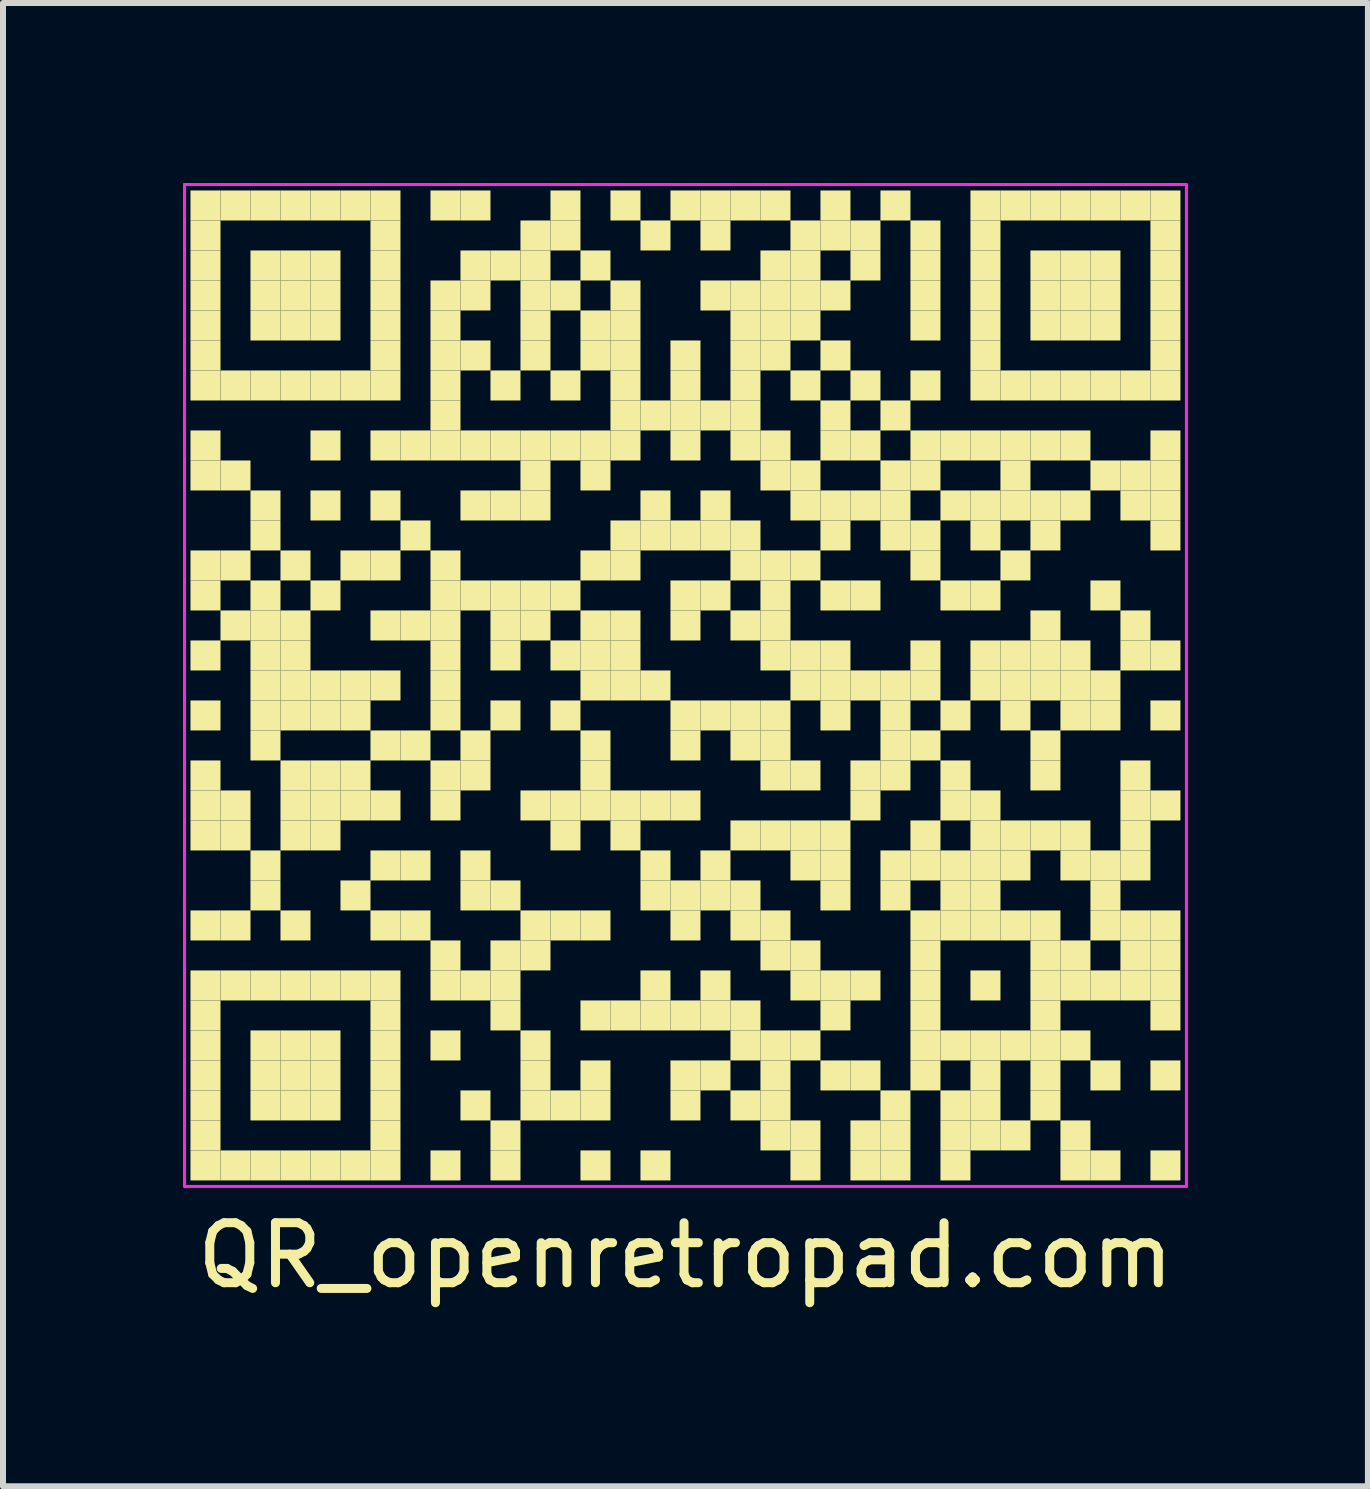
<source format=kicad_pcb>
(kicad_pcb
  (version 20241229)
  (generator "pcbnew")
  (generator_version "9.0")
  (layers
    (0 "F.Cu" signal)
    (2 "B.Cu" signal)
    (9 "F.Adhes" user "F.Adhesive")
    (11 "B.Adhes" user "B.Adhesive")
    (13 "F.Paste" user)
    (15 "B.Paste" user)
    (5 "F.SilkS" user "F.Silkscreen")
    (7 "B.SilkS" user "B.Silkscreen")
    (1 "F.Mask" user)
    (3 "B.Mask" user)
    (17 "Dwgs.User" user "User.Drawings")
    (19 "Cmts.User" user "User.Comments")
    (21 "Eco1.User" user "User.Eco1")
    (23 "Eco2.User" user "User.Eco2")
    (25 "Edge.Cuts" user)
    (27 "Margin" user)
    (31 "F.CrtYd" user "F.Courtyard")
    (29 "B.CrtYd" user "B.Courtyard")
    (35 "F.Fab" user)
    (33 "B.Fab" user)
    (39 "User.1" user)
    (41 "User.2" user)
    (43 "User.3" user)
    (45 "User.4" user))
  (footprint "QR_openretropad.com"
    (layer "F.Cu")
    (at 8.375 8.375)
    (property "Reference" "QR_openretropad.com" (at 0 9.5 0) (layer "F.SilkS") (effects (font (size 1 1) (thickness 0.15))))
    (attr through_hole)
    (fp_poly (pts (xy -7.75 -7.75) (xy -7.75 -8.25) (xy -8.25 -8.25) (xy -8.25 -7.75)) (stroke (width 0) (type solid)) (fill yes) (layer "F.SilkS"))
    (fp_poly (pts (xy -7.75 -7.25) (xy -7.75 -7.75) (xy -8.25 -7.75) (xy -8.25 -7.25)) (stroke (width 0) (type solid)) (fill yes) (layer "F.SilkS"))
    (fp_poly (pts (xy -7.75 -6.75) (xy -7.75 -7.25) (xy -8.25 -7.25) (xy -8.25 -6.75)) (stroke (width 0) (type solid)) (fill yes) (layer "F.SilkS"))
    (fp_poly (pts (xy -7.75 -6.25) (xy -7.75 -6.75) (xy -8.25 -6.75) (xy -8.25 -6.25)) (stroke (width 0) (type solid)) (fill yes) (layer "F.SilkS"))
    (fp_poly (pts (xy -7.75 -5.75) (xy -7.75 -6.25) (xy -8.25 -6.25) (xy -8.25 -5.75)) (stroke (width 0) (type solid)) (fill yes) (layer "F.SilkS"))
    (fp_poly (pts (xy -7.75 -5.25) (xy -7.75 -5.75) (xy -8.25 -5.75) (xy -8.25 -5.25)) (stroke (width 0) (type solid)) (fill yes) (layer "F.SilkS"))
    (fp_poly (pts (xy -7.75 -4.75) (xy -7.75 -5.25) (xy -8.25 -5.25) (xy -8.25 -4.75)) (stroke (width 0) (type solid)) (fill yes) (layer "F.SilkS"))
    (fp_poly (pts (xy -7.75 -3.75) (xy -7.75 -4.25) (xy -8.25 -4.25) (xy -8.25 -3.75)) (stroke (width 0) (type solid)) (fill yes) (layer "F.SilkS"))
    (fp_poly (pts (xy -7.75 -3.25) (xy -7.75 -3.75) (xy -8.25 -3.75) (xy -8.25 -3.25)) (stroke (width 0) (type solid)) (fill yes) (layer "F.SilkS"))
    (fp_poly (pts (xy -7.75 -1.75) (xy -7.75 -2.25) (xy -8.25 -2.25) (xy -8.25 -1.75)) (stroke (width 0) (type solid)) (fill yes) (layer "F.SilkS"))
    (fp_poly (pts (xy -7.75 -1.25) (xy -7.75 -1.75) (xy -8.25 -1.75) (xy -8.25 -1.25)) (stroke (width 0) (type solid)) (fill yes) (layer "F.SilkS"))
    (fp_poly (pts (xy -7.75 -0.25) (xy -7.75 -0.75) (xy -8.25 -0.75) (xy -8.25 -0.25)) (stroke (width 0) (type solid)) (fill yes) (layer "F.SilkS"))
    (fp_poly (pts (xy -7.75 0.75) (xy -7.75 0.25) (xy -8.25 0.25) (xy -8.25 0.75)) (stroke (width 0) (type solid)) (fill yes) (layer "F.SilkS"))
    (fp_poly (pts (xy -7.75 1.75) (xy -7.75 1.25) (xy -8.25 1.25) (xy -8.25 1.75)) (stroke (width 0) (type solid)) (fill yes) (layer "F.SilkS"))
    (fp_poly (pts (xy -7.75 2.25) (xy -7.75 1.75) (xy -8.25 1.75) (xy -8.25 2.25)) (stroke (width 0) (type solid)) (fill yes) (layer "F.SilkS"))
    (fp_poly (pts (xy -7.75 2.75) (xy -7.75 2.25) (xy -8.25 2.25) (xy -8.25 2.75)) (stroke (width 0) (type solid)) (fill yes) (layer "F.SilkS"))
    (fp_poly (pts (xy -7.75 4.25) (xy -7.75 3.75) (xy -8.25 3.75) (xy -8.25 4.25)) (stroke (width 0) (type solid)) (fill yes) (layer "F.SilkS"))
    (fp_poly (pts (xy -7.75 5.25) (xy -7.75 4.75) (xy -8.25 4.75) (xy -8.25 5.25)) (stroke (width 0) (type solid)) (fill yes) (layer "F.SilkS"))
    (fp_poly (pts (xy -7.75 5.75) (xy -7.75 5.25) (xy -8.25 5.25) (xy -8.25 5.75)) (stroke (width 0) (type solid)) (fill yes) (layer "F.SilkS"))
    (fp_poly (pts (xy -7.75 6.25) (xy -7.75 5.75) (xy -8.25 5.75) (xy -8.25 6.25)) (stroke (width 0) (type solid)) (fill yes) (layer "F.SilkS"))
    (fp_poly (pts (xy -7.75 6.75) (xy -7.75 6.25) (xy -8.25 6.25) (xy -8.25 6.75)) (stroke (width 0) (type solid)) (fill yes) (layer "F.SilkS"))
    (fp_poly (pts (xy -7.75 7.25) (xy -7.75 6.75) (xy -8.25 6.75) (xy -8.25 7.25)) (stroke (width 0) (type solid)) (fill yes) (layer "F.SilkS"))
    (fp_poly (pts (xy -7.75 7.75) (xy -7.75 7.25) (xy -8.25 7.25) (xy -8.25 7.75)) (stroke (width 0) (type solid)) (fill yes) (layer "F.SilkS"))
    (fp_poly (pts (xy -7.75 8.25) (xy -7.75 7.75) (xy -8.25 7.75) (xy -8.25 8.25)) (stroke (width 0) (type solid)) (fill yes) (layer "F.SilkS"))
    (fp_poly (pts (xy -7.25 -7.75) (xy -7.25 -8.25) (xy -7.75 -8.25) (xy -7.75 -7.75)) (stroke (width 0) (type solid)) (fill yes) (layer "F.SilkS"))
    (fp_poly (pts (xy -7.25 -4.75) (xy -7.25 -5.25) (xy -7.75 -5.25) (xy -7.75 -4.75)) (stroke (width 0) (type solid)) (fill yes) (layer "F.SilkS"))
    (fp_poly (pts (xy -7.25 -3.25) (xy -7.25 -3.75) (xy -7.75 -3.75) (xy -7.75 -3.25)) (stroke (width 0) (type solid)) (fill yes) (layer "F.SilkS"))
    (fp_poly (pts (xy -7.25 -1.75) (xy -7.25 -2.25) (xy -7.75 -2.25) (xy -7.75 -1.75)) (stroke (width 0) (type solid)) (fill yes) (layer "F.SilkS"))
    (fp_poly (pts (xy -7.25 -0.75) (xy -7.25 -1.25) (xy -7.75 -1.25) (xy -7.75 -0.75)) (stroke (width 0) (type solid)) (fill yes) (layer "F.SilkS"))
    (fp_poly (pts (xy -7.25 2.25) (xy -7.25 1.75) (xy -7.75 1.75) (xy -7.75 2.25)) (stroke (width 0) (type solid)) (fill yes) (layer "F.SilkS"))
    (fp_poly (pts (xy -7.25 2.75) (xy -7.25 2.25) (xy -7.75 2.25) (xy -7.75 2.75)) (stroke (width 0) (type solid)) (fill yes) (layer "F.SilkS"))
    (fp_poly (pts (xy -7.25 4.25) (xy -7.25 3.75) (xy -7.75 3.75) (xy -7.75 4.25)) (stroke (width 0) (type solid)) (fill yes) (layer "F.SilkS"))
    (fp_poly (pts (xy -7.25 5.25) (xy -7.25 4.75) (xy -7.75 4.75) (xy -7.75 5.25)) (stroke (width 0) (type solid)) (fill yes) (layer "F.SilkS"))
    (fp_poly (pts (xy -7.25 8.25) (xy -7.25 7.75) (xy -7.75 7.75) (xy -7.75 8.25)) (stroke (width 0) (type solid)) (fill yes) (layer "F.SilkS"))
    (fp_poly (pts (xy -6.75 -7.75) (xy -6.75 -8.25) (xy -7.25 -8.25) (xy -7.25 -7.75)) (stroke (width 0) (type solid)) (fill yes) (layer "F.SilkS"))
    (fp_poly (pts (xy -6.75 -6.75) (xy -6.75 -7.25) (xy -7.25 -7.25) (xy -7.25 -6.75)) (stroke (width 0) (type solid)) (fill yes) (layer "F.SilkS"))
    (fp_poly (pts (xy -6.75 -6.25) (xy -6.75 -6.75) (xy -7.25 -6.75) (xy -7.25 -6.25)) (stroke (width 0) (type solid)) (fill yes) (layer "F.SilkS"))
    (fp_poly (pts (xy -6.75 -5.75) (xy -6.75 -6.25) (xy -7.25 -6.25) (xy -7.25 -5.75)) (stroke (width 0) (type solid)) (fill yes) (layer "F.SilkS"))
    (fp_poly (pts (xy -6.75 -4.75) (xy -6.75 -5.25) (xy -7.25 -5.25) (xy -7.25 -4.75)) (stroke (width 0) (type solid)) (fill yes) (layer "F.SilkS"))
    (fp_poly (pts (xy -6.75 -2.75) (xy -6.75 -3.25) (xy -7.25 -3.25) (xy -7.25 -2.75)) (stroke (width 0) (type solid)) (fill yes) (layer "F.SilkS"))
    (fp_poly (pts (xy -6.75 -2.25) (xy -6.75 -2.75) (xy -7.25 -2.75) (xy -7.25 -2.25)) (stroke (width 0) (type solid)) (fill yes) (layer "F.SilkS"))
    (fp_poly (pts (xy -6.75 -1.25) (xy -6.75 -1.75) (xy -7.25 -1.75) (xy -7.25 -1.25)) (stroke (width 0) (type solid)) (fill yes) (layer "F.SilkS"))
    (fp_poly (pts (xy -6.75 -0.75) (xy -6.75 -1.25) (xy -7.25 -1.25) (xy -7.25 -0.75)) (stroke (width 0) (type solid)) (fill yes) (layer "F.SilkS"))
    (fp_poly (pts (xy -6.75 -0.25) (xy -6.75 -0.75) (xy -7.25 -0.75) (xy -7.25 -0.25)) (stroke (width 0) (type solid)) (fill yes) (layer "F.SilkS"))
    (fp_poly (pts (xy -6.75 0.25) (xy -6.75 -0.25) (xy -7.25 -0.25) (xy -7.25 0.25)) (stroke (width 0) (type solid)) (fill yes) (layer "F.SilkS"))
    (fp_poly (pts (xy -6.75 0.75) (xy -6.75 0.25) (xy -7.25 0.25) (xy -7.25 0.75)) (stroke (width 0) (type solid)) (fill yes) (layer "F.SilkS"))
    (fp_poly (pts (xy -6.75 1.25) (xy -6.75 0.75) (xy -7.25 0.75) (xy -7.25 1.25)) (stroke (width 0) (type solid)) (fill yes) (layer "F.SilkS"))
    (fp_poly (pts (xy -6.75 3.25) (xy -6.75 2.75) (xy -7.25 2.75) (xy -7.25 3.25)) (stroke (width 0) (type solid)) (fill yes) (layer "F.SilkS"))
    (fp_poly (pts (xy -6.75 3.75) (xy -6.75 3.25) (xy -7.25 3.25) (xy -7.25 3.75)) (stroke (width 0) (type solid)) (fill yes) (layer "F.SilkS"))
    (fp_poly (pts (xy -6.75 5.25) (xy -6.75 4.75) (xy -7.25 4.75) (xy -7.25 5.25)) (stroke (width 0) (type solid)) (fill yes) (layer "F.SilkS"))
    (fp_poly (pts (xy -6.75 6.25) (xy -6.75 5.75) (xy -7.25 5.75) (xy -7.25 6.25)) (stroke (width 0) (type solid)) (fill yes) (layer "F.SilkS"))
    (fp_poly (pts (xy -6.75 6.75) (xy -6.75 6.25) (xy -7.25 6.25) (xy -7.25 6.75)) (stroke (width 0) (type solid)) (fill yes) (layer "F.SilkS"))
    (fp_poly (pts (xy -6.75 7.25) (xy -6.75 6.75) (xy -7.25 6.75) (xy -7.25 7.25)) (stroke (width 0) (type solid)) (fill yes) (layer "F.SilkS"))
    (fp_poly (pts (xy -6.75 8.25) (xy -6.75 7.75) (xy -7.25 7.75) (xy -7.25 8.25)) (stroke (width 0) (type solid)) (fill yes) (layer "F.SilkS"))
    (fp_poly (pts (xy -6.25 -7.75) (xy -6.25 -8.25) (xy -6.75 -8.25) (xy -6.75 -7.75)) (stroke (width 0) (type solid)) (fill yes) (layer "F.SilkS"))
    (fp_poly (pts (xy -6.25 -6.75) (xy -6.25 -7.25) (xy -6.75 -7.25) (xy -6.75 -6.75)) (stroke (width 0) (type solid)) (fill yes) (layer "F.SilkS"))
    (fp_poly (pts (xy -6.25 -6.25) (xy -6.25 -6.75) (xy -6.75 -6.75) (xy -6.75 -6.25)) (stroke (width 0) (type solid)) (fill yes) (layer "F.SilkS"))
    (fp_poly (pts (xy -6.25 -5.75) (xy -6.25 -6.25) (xy -6.75 -6.25) (xy -6.75 -5.75)) (stroke (width 0) (type solid)) (fill yes) (layer "F.SilkS"))
    (fp_poly (pts (xy -6.25 -4.75) (xy -6.25 -5.25) (xy -6.75 -5.25) (xy -6.75 -4.75)) (stroke (width 0) (type solid)) (fill yes) (layer "F.SilkS"))
    (fp_poly (pts (xy -6.25 -1.75) (xy -6.25 -2.25) (xy -6.75 -2.25) (xy -6.75 -1.75)) (stroke (width 0) (type solid)) (fill yes) (layer "F.SilkS"))
    (fp_poly (pts (xy -6.25 -0.75) (xy -6.25 -1.25) (xy -6.75 -1.25) (xy -6.75 -0.75)) (stroke (width 0) (type solid)) (fill yes) (layer "F.SilkS"))
    (fp_poly (pts (xy -6.25 -0.25) (xy -6.25 -0.75) (xy -6.75 -0.75) (xy -6.75 -0.25)) (stroke (width 0) (type solid)) (fill yes) (layer "F.SilkS"))
    (fp_poly (pts (xy -6.25 0.25) (xy -6.25 -0.25) (xy -6.75 -0.25) (xy -6.75 0.25)) (stroke (width 0) (type solid)) (fill yes) (layer "F.SilkS"))
    (fp_poly (pts (xy -6.25 0.75) (xy -6.25 0.25) (xy -6.75 0.25) (xy -6.75 0.75)) (stroke (width 0) (type solid)) (fill yes) (layer "F.SilkS"))
    (fp_poly (pts (xy -6.25 1.75) (xy -6.25 1.25) (xy -6.75 1.25) (xy -6.75 1.75)) (stroke (width 0) (type solid)) (fill yes) (layer "F.SilkS"))
    (fp_poly (pts (xy -6.25 2.25) (xy -6.25 1.75) (xy -6.75 1.75) (xy -6.75 2.25)) (stroke (width 0) (type solid)) (fill yes) (layer "F.SilkS"))
    (fp_poly (pts (xy -6.25 2.75) (xy -6.25 2.25) (xy -6.75 2.25) (xy -6.75 2.75)) (stroke (width 0) (type solid)) (fill yes) (layer "F.SilkS"))
    (fp_poly (pts (xy -6.25 4.25) (xy -6.25 3.75) (xy -6.75 3.75) (xy -6.75 4.25)) (stroke (width 0) (type solid)) (fill yes) (layer "F.SilkS"))
    (fp_poly (pts (xy -6.25 5.25) (xy -6.25 4.75) (xy -6.75 4.75) (xy -6.75 5.25)) (stroke (width 0) (type solid)) (fill yes) (layer "F.SilkS"))
    (fp_poly (pts (xy -6.25 6.25) (xy -6.25 5.75) (xy -6.75 5.75) (xy -6.75 6.25)) (stroke (width 0) (type solid)) (fill yes) (layer "F.SilkS"))
    (fp_poly (pts (xy -6.25 6.75) (xy -6.25 6.25) (xy -6.75 6.25) (xy -6.75 6.75)) (stroke (width 0) (type solid)) (fill yes) (layer "F.SilkS"))
    (fp_poly (pts (xy -6.25 7.25) (xy -6.25 6.75) (xy -6.75 6.75) (xy -6.75 7.25)) (stroke (width 0) (type solid)) (fill yes) (layer "F.SilkS"))
    (fp_poly (pts (xy -6.25 8.25) (xy -6.25 7.75) (xy -6.75 7.75) (xy -6.75 8.25)) (stroke (width 0) (type solid)) (fill yes) (layer "F.SilkS"))
    (fp_poly (pts (xy -5.75 -7.75) (xy -5.75 -8.25) (xy -6.25 -8.25) (xy -6.25 -7.75)) (stroke (width 0) (type solid)) (fill yes) (layer "F.SilkS"))
    (fp_poly (pts (xy -5.75 -6.75) (xy -5.75 -7.25) (xy -6.25 -7.25) (xy -6.25 -6.75)) (stroke (width 0) (type solid)) (fill yes) (layer "F.SilkS"))
    (fp_poly (pts (xy -5.75 -6.25) (xy -5.75 -6.75) (xy -6.25 -6.75) (xy -6.25 -6.25)) (stroke (width 0) (type solid)) (fill yes) (layer "F.SilkS"))
    (fp_poly (pts (xy -5.75 -5.75) (xy -5.75 -6.25) (xy -6.25 -6.25) (xy -6.25 -5.75)) (stroke (width 0) (type solid)) (fill yes) (layer "F.SilkS"))
    (fp_poly (pts (xy -5.75 -4.75) (xy -5.75 -5.25) (xy -6.25 -5.25) (xy -6.25 -4.75)) (stroke (width 0) (type solid)) (fill yes) (layer "F.SilkS"))
    (fp_poly (pts (xy -5.75 -3.75) (xy -5.75 -4.25) (xy -6.25 -4.25) (xy -6.25 -3.75)) (stroke (width 0) (type solid)) (fill yes) (layer "F.SilkS"))
    (fp_poly (pts (xy -5.75 -2.75) (xy -5.75 -3.25) (xy -6.25 -3.25) (xy -6.25 -2.75)) (stroke (width 0) (type solid)) (fill yes) (layer "F.SilkS"))
    (fp_poly (pts (xy -5.75 -1.25) (xy -5.75 -1.75) (xy -6.25 -1.75) (xy -6.25 -1.25)) (stroke (width 0) (type solid)) (fill yes) (layer "F.SilkS"))
    (fp_poly (pts (xy -5.75 0.25) (xy -5.75 -0.25) (xy -6.25 -0.25) (xy -6.25 0.25)) (stroke (width 0) (type solid)) (fill yes) (layer "F.SilkS"))
    (fp_poly (pts (xy -5.75 0.75) (xy -5.75 0.25) (xy -6.25 0.25) (xy -6.25 0.75)) (stroke (width 0) (type solid)) (fill yes) (layer "F.SilkS"))
    (fp_poly (pts (xy -5.75 1.75) (xy -5.75 1.25) (xy -6.25 1.25) (xy -6.25 1.75)) (stroke (width 0) (type solid)) (fill yes) (layer "F.SilkS"))
    (fp_poly (pts (xy -5.75 2.25) (xy -5.75 1.75) (xy -6.25 1.75) (xy -6.25 2.25)) (stroke (width 0) (type solid)) (fill yes) (layer "F.SilkS"))
    (fp_poly (pts (xy -5.75 2.75) (xy -5.75 2.25) (xy -6.25 2.25) (xy -6.25 2.75)) (stroke (width 0) (type solid)) (fill yes) (layer "F.SilkS"))
    (fp_poly (pts (xy -5.75 5.25) (xy -5.75 4.75) (xy -6.25 4.75) (xy -6.25 5.25)) (stroke (width 0) (type solid)) (fill yes) (layer "F.SilkS"))
    (fp_poly (pts (xy -5.75 6.25) (xy -5.75 5.75) (xy -6.25 5.75) (xy -6.25 6.25)) (stroke (width 0) (type solid)) (fill yes) (layer "F.SilkS"))
    (fp_poly (pts (xy -5.75 6.75) (xy -5.75 6.25) (xy -6.25 6.25) (xy -6.25 6.75)) (stroke (width 0) (type solid)) (fill yes) (layer "F.SilkS"))
    (fp_poly (pts (xy -5.75 7.25) (xy -5.75 6.75) (xy -6.25 6.75) (xy -6.25 7.25)) (stroke (width 0) (type solid)) (fill yes) (layer "F.SilkS"))
    (fp_poly (pts (xy -5.75 8.25) (xy -5.75 7.75) (xy -6.25 7.75) (xy -6.25 8.25)) (stroke (width 0) (type solid)) (fill yes) (layer "F.SilkS"))
    (fp_poly (pts (xy -5.25 -7.75) (xy -5.25 -8.25) (xy -5.75 -8.25) (xy -5.75 -7.75)) (stroke (width 0) (type solid)) (fill yes) (layer "F.SilkS"))
    (fp_poly (pts (xy -5.25 -4.75) (xy -5.25 -5.25) (xy -5.75 -5.25) (xy -5.75 -4.75)) (stroke (width 0) (type solid)) (fill yes) (layer "F.SilkS"))
    (fp_poly (pts (xy -5.25 -1.75) (xy -5.25 -2.25) (xy -5.75 -2.25) (xy -5.75 -1.75)) (stroke (width 0) (type solid)) (fill yes) (layer "F.SilkS"))
    (fp_poly (pts (xy -5.25 0.25) (xy -5.25 -0.25) (xy -5.75 -0.25) (xy -5.75 0.25)) (stroke (width 0) (type solid)) (fill yes) (layer "F.SilkS"))
    (fp_poly (pts (xy -5.25 0.75) (xy -5.25 0.25) (xy -5.75 0.25) (xy -5.75 0.75)) (stroke (width 0) (type solid)) (fill yes) (layer "F.SilkS"))
    (fp_poly (pts (xy -5.25 1.75) (xy -5.25 1.25) (xy -5.75 1.25) (xy -5.75 1.75)) (stroke (width 0) (type solid)) (fill yes) (layer "F.SilkS"))
    (fp_poly (pts (xy -5.25 2.25) (xy -5.25 1.75) (xy -5.75 1.75) (xy -5.75 2.25)) (stroke (width 0) (type solid)) (fill yes) (layer "F.SilkS"))
    (fp_poly (pts (xy -5.25 3.75) (xy -5.25 3.25) (xy -5.75 3.25) (xy -5.75 3.75)) (stroke (width 0) (type solid)) (fill yes) (layer "F.SilkS"))
    (fp_poly (pts (xy -5.25 5.25) (xy -5.25 4.75) (xy -5.75 4.75) (xy -5.75 5.25)) (stroke (width 0) (type solid)) (fill yes) (layer "F.SilkS"))
    (fp_poly (pts (xy -5.25 8.25) (xy -5.25 7.75) (xy -5.75 7.75) (xy -5.75 8.25)) (stroke (width 0) (type solid)) (fill yes) (layer "F.SilkS"))
    (fp_poly (pts (xy -4.75 -7.75) (xy -4.75 -8.25) (xy -5.25 -8.25) (xy -5.25 -7.75)) (stroke (width 0) (type solid)) (fill yes) (layer "F.SilkS"))
    (fp_poly (pts (xy -4.75 -7.25) (xy -4.75 -7.75) (xy -5.25 -7.75) (xy -5.25 -7.25)) (stroke (width 0) (type solid)) (fill yes) (layer "F.SilkS"))
    (fp_poly (pts (xy -4.75 -6.75) (xy -4.75 -7.25) (xy -5.25 -7.25) (xy -5.25 -6.75)) (stroke (width 0) (type solid)) (fill yes) (layer "F.SilkS"))
    (fp_poly (pts (xy -4.75 -6.25) (xy -4.75 -6.75) (xy -5.25 -6.75) (xy -5.25 -6.25)) (stroke (width 0) (type solid)) (fill yes) (layer "F.SilkS"))
    (fp_poly (pts (xy -4.75 -5.75) (xy -4.75 -6.25) (xy -5.25 -6.25) (xy -5.25 -5.75)) (stroke (width 0) (type solid)) (fill yes) (layer "F.SilkS"))
    (fp_poly (pts (xy -4.75 -5.25) (xy -4.75 -5.75) (xy -5.25 -5.75) (xy -5.25 -5.25)) (stroke (width 0) (type solid)) (fill yes) (layer "F.SilkS"))
    (fp_poly (pts (xy -4.75 -4.75) (xy -4.75 -5.25) (xy -5.25 -5.25) (xy -5.25 -4.75)) (stroke (width 0) (type solid)) (fill yes) (layer "F.SilkS"))
    (fp_poly (pts (xy -4.75 -3.75) (xy -4.75 -4.25) (xy -5.25 -4.25) (xy -5.25 -3.75)) (stroke (width 0) (type solid)) (fill yes) (layer "F.SilkS"))
    (fp_poly (pts (xy -4.75 -2.75) (xy -4.75 -3.25) (xy -5.25 -3.25) (xy -5.25 -2.75)) (stroke (width 0) (type solid)) (fill yes) (layer "F.SilkS"))
    (fp_poly (pts (xy -4.75 -1.75) (xy -4.75 -2.25) (xy -5.25 -2.25) (xy -5.25 -1.75)) (stroke (width 0) (type solid)) (fill yes) (layer "F.SilkS"))
    (fp_poly (pts (xy -4.75 -0.75) (xy -4.75 -1.25) (xy -5.25 -1.25) (xy -5.25 -0.75)) (stroke (width 0) (type solid)) (fill yes) (layer "F.SilkS"))
    (fp_poly (pts (xy -4.75 0.25) (xy -4.75 -0.25) (xy -5.25 -0.25) (xy -5.25 0.25)) (stroke (width 0) (type solid)) (fill yes) (layer "F.SilkS"))
    (fp_poly (pts (xy -4.75 1.25) (xy -4.75 0.75) (xy -5.25 0.75) (xy -5.25 1.25)) (stroke (width 0) (type solid)) (fill yes) (layer "F.SilkS"))
    (fp_poly (pts (xy -4.75 2.25) (xy -4.75 1.75) (xy -5.25 1.75) (xy -5.25 2.25)) (stroke (width 0) (type solid)) (fill yes) (layer "F.SilkS"))
    (fp_poly (pts (xy -4.75 3.25) (xy -4.75 2.75) (xy -5.25 2.75) (xy -5.25 3.25)) (stroke (width 0) (type solid)) (fill yes) (layer "F.SilkS"))
    (fp_poly (pts (xy -4.75 4.25) (xy -4.75 3.75) (xy -5.25 3.75) (xy -5.25 4.25)) (stroke (width 0) (type solid)) (fill yes) (layer "F.SilkS"))
    (fp_poly (pts (xy -4.75 5.25) (xy -4.75 4.75) (xy -5.25 4.75) (xy -5.25 5.25)) (stroke (width 0) (type solid)) (fill yes) (layer "F.SilkS"))
    (fp_poly (pts (xy -4.75 5.75) (xy -4.75 5.25) (xy -5.25 5.25) (xy -5.25 5.75)) (stroke (width 0) (type solid)) (fill yes) (layer "F.SilkS"))
    (fp_poly (pts (xy -4.75 6.25) (xy -4.75 5.75) (xy -5.25 5.75) (xy -5.25 6.25)) (stroke (width 0) (type solid)) (fill yes) (layer "F.SilkS"))
    (fp_poly (pts (xy -4.75 6.75) (xy -4.75 6.25) (xy -5.25 6.25) (xy -5.25 6.75)) (stroke (width 0) (type solid)) (fill yes) (layer "F.SilkS"))
    (fp_poly (pts (xy -4.75 7.25) (xy -4.75 6.75) (xy -5.25 6.75) (xy -5.25 7.25)) (stroke (width 0) (type solid)) (fill yes) (layer "F.SilkS"))
    (fp_poly (pts (xy -4.75 7.75) (xy -4.75 7.25) (xy -5.25 7.25) (xy -5.25 7.75)) (stroke (width 0) (type solid)) (fill yes) (layer "F.SilkS"))
    (fp_poly (pts (xy -4.75 8.25) (xy -4.75 7.75) (xy -5.25 7.75) (xy -5.25 8.25)) (stroke (width 0) (type solid)) (fill yes) (layer "F.SilkS"))
    (fp_poly (pts (xy -4.25 -3.75) (xy -4.25 -4.25) (xy -4.75 -4.25) (xy -4.75 -3.75)) (stroke (width 0) (type solid)) (fill yes) (layer "F.SilkS"))
    (fp_poly (pts (xy -4.25 -2.25) (xy -4.25 -2.75) (xy -4.75 -2.75) (xy -4.75 -2.25)) (stroke (width 0) (type solid)) (fill yes) (layer "F.SilkS"))
    (fp_poly (pts (xy -4.25 -0.75) (xy -4.25 -1.25) (xy -4.75 -1.25) (xy -4.75 -0.75)) (stroke (width 0) (type solid)) (fill yes) (layer "F.SilkS"))
    (fp_poly (pts (xy -4.25 1.25) (xy -4.25 0.75) (xy -4.75 0.75) (xy -4.75 1.25)) (stroke (width 0) (type solid)) (fill yes) (layer "F.SilkS"))
    (fp_poly (pts (xy -4.25 3.25) (xy -4.25 2.75) (xy -4.75 2.75) (xy -4.75 3.25)) (stroke (width 0) (type solid)) (fill yes) (layer "F.SilkS"))
    (fp_poly (pts (xy -4.25 4.25) (xy -4.25 3.75) (xy -4.75 3.75) (xy -4.75 4.25)) (stroke (width 0) (type solid)) (fill yes) (layer "F.SilkS"))
    (fp_poly (pts (xy -3.75 -7.75) (xy -3.75 -8.25) (xy -4.25 -8.25) (xy -4.25 -7.75)) (stroke (width 0) (type solid)) (fill yes) (layer "F.SilkS"))
    (fp_poly (pts (xy -3.75 -6.25) (xy -3.75 -6.75) (xy -4.25 -6.75) (xy -4.25 -6.25)) (stroke (width 0) (type solid)) (fill yes) (layer "F.SilkS"))
    (fp_poly (pts (xy -3.75 -5.75) (xy -3.75 -6.25) (xy -4.25 -6.25) (xy -4.25 -5.75)) (stroke (width 0) (type solid)) (fill yes) (layer "F.SilkS"))
    (fp_poly (pts (xy -3.75 -5.25) (xy -3.75 -5.75) (xy -4.25 -5.75) (xy -4.25 -5.25)) (stroke (width 0) (type solid)) (fill yes) (layer "F.SilkS"))
    (fp_poly (pts (xy -3.75 -4.75) (xy -3.75 -5.25) (xy -4.25 -5.25) (xy -4.25 -4.75)) (stroke (width 0) (type solid)) (fill yes) (layer "F.SilkS"))
    (fp_poly (pts (xy -3.75 -4.25) (xy -3.75 -4.75) (xy -4.25 -4.75) (xy -4.25 -4.25)) (stroke (width 0) (type solid)) (fill yes) (layer "F.SilkS"))
    (fp_poly (pts (xy -3.75 -3.75) (xy -3.75 -4.25) (xy -4.25 -4.25) (xy -4.25 -3.75)) (stroke (width 0) (type solid)) (fill yes) (layer "F.SilkS"))
    (fp_poly (pts (xy -3.75 -1.75) (xy -3.75 -2.25) (xy -4.25 -2.25) (xy -4.25 -1.75)) (stroke (width 0) (type solid)) (fill yes) (layer "F.SilkS"))
    (fp_poly (pts (xy -3.75 -1.25) (xy -3.75 -1.75) (xy -4.25 -1.75) (xy -4.25 -1.25)) (stroke (width 0) (type solid)) (fill yes) (layer "F.SilkS"))
    (fp_poly (pts (xy -3.75 -0.75) (xy -3.75 -1.25) (xy -4.25 -1.25) (xy -4.25 -0.75)) (stroke (width 0) (type solid)) (fill yes) (layer "F.SilkS"))
    (fp_poly (pts (xy -3.75 -0.25) (xy -3.75 -0.75) (xy -4.25 -0.75) (xy -4.25 -0.25)) (stroke (width 0) (type solid)) (fill yes) (layer "F.SilkS"))
    (fp_poly (pts (xy -3.75 0.25) (xy -3.75 -0.25) (xy -4.25 -0.25) (xy -4.25 0.25)) (stroke (width 0) (type solid)) (fill yes) (layer "F.SilkS"))
    (fp_poly (pts (xy -3.75 0.75) (xy -3.75 0.25) (xy -4.25 0.25) (xy -4.25 0.75)) (stroke (width 0) (type solid)) (fill yes) (layer "F.SilkS"))
    (fp_poly (pts (xy -3.75 1.75) (xy -3.75 1.25) (xy -4.25 1.25) (xy -4.25 1.75)) (stroke (width 0) (type solid)) (fill yes) (layer "F.SilkS"))
    (fp_poly (pts (xy -3.75 2.25) (xy -3.75 1.75) (xy -4.25 1.75) (xy -4.25 2.25)) (stroke (width 0) (type solid)) (fill yes) (layer "F.SilkS"))
    (fp_poly (pts (xy -3.75 4.75) (xy -3.75 4.25) (xy -4.25 4.25) (xy -4.25 4.75)) (stroke (width 0) (type solid)) (fill yes) (layer "F.SilkS"))
    (fp_poly (pts (xy -3.75 5.25) (xy -3.75 4.75) (xy -4.25 4.75) (xy -4.25 5.25)) (stroke (width 0) (type solid)) (fill yes) (layer "F.SilkS"))
    (fp_poly (pts (xy -3.75 6.25) (xy -3.75 5.75) (xy -4.25 5.75) (xy -4.25 6.25)) (stroke (width 0) (type solid)) (fill yes) (layer "F.SilkS"))
    (fp_poly (pts (xy -3.75 8.25) (xy -3.75 7.75) (xy -4.25 7.75) (xy -4.25 8.25)) (stroke (width 0) (type solid)) (fill yes) (layer "F.SilkS"))
    (fp_poly (pts (xy -3.25 -7.75) (xy -3.25 -8.25) (xy -3.75 -8.25) (xy -3.75 -7.75)) (stroke (width 0) (type solid)) (fill yes) (layer "F.SilkS"))
    (fp_poly (pts (xy -3.25 -6.75) (xy -3.25 -7.25) (xy -3.75 -7.25) (xy -3.75 -6.75)) (stroke (width 0) (type solid)) (fill yes) (layer "F.SilkS"))
    (fp_poly (pts (xy -3.25 -6.25) (xy -3.25 -6.75) (xy -3.75 -6.75) (xy -3.75 -6.25)) (stroke (width 0) (type solid)) (fill yes) (layer "F.SilkS"))
    (fp_poly (pts (xy -3.25 -5.25) (xy -3.25 -5.75) (xy -3.75 -5.75) (xy -3.75 -5.25)) (stroke (width 0) (type solid)) (fill yes) (layer "F.SilkS"))
    (fp_poly (pts (xy -3.25 -3.75) (xy -3.25 -4.25) (xy -3.75 -4.25) (xy -3.75 -3.75)) (stroke (width 0) (type solid)) (fill yes) (layer "F.SilkS"))
    (fp_poly (pts (xy -3.25 -2.75) (xy -3.25 -3.25) (xy -3.75 -3.25) (xy -3.75 -2.75)) (stroke (width 0) (type solid)) (fill yes) (layer "F.SilkS"))
    (fp_poly (pts (xy -3.25 -1.25) (xy -3.25 -1.75) (xy -3.75 -1.75) (xy -3.75 -1.25)) (stroke (width 0) (type solid)) (fill yes) (layer "F.SilkS"))
    (fp_poly (pts (xy -3.25 1.25) (xy -3.25 0.75) (xy -3.75 0.75) (xy -3.75 1.25)) (stroke (width 0) (type solid)) (fill yes) (layer "F.SilkS"))
    (fp_poly (pts (xy -3.25 1.75) (xy -3.25 1.25) (xy -3.75 1.25) (xy -3.75 1.75)) (stroke (width 0) (type solid)) (fill yes) (layer "F.SilkS"))
    (fp_poly (pts (xy -3.25 3.25) (xy -3.25 2.75) (xy -3.75 2.75) (xy -3.75 3.25)) (stroke (width 0) (type solid)) (fill yes) (layer "F.SilkS"))
    (fp_poly (pts (xy -3.25 3.75) (xy -3.25 3.25) (xy -3.75 3.25) (xy -3.75 3.75)) (stroke (width 0) (type solid)) (fill yes) (layer "F.SilkS"))
    (fp_poly (pts (xy -3.25 5.25) (xy -3.25 4.75) (xy -3.75 4.75) (xy -3.75 5.25)) (stroke (width 0) (type solid)) (fill yes) (layer "F.SilkS"))
    (fp_poly (pts (xy -3.25 7.25) (xy -3.25 6.75) (xy -3.75 6.75) (xy -3.75 7.25)) (stroke (width 0) (type solid)) (fill yes) (layer "F.SilkS"))
    (fp_poly (pts (xy -2.75 -6.75) (xy -2.75 -7.25) (xy -3.25 -7.25) (xy -3.25 -6.75)) (stroke (width 0) (type solid)) (fill yes) (layer "F.SilkS"))
    (fp_poly (pts (xy -2.75 -4.75) (xy -2.75 -5.25) (xy -3.25 -5.25) (xy -3.25 -4.75)) (stroke (width 0) (type solid)) (fill yes) (layer "F.SilkS"))
    (fp_poly (pts (xy -2.75 -3.75) (xy -2.75 -4.25) (xy -3.25 -4.25) (xy -3.25 -3.75)) (stroke (width 0) (type solid)) (fill yes) (layer "F.SilkS"))
    (fp_poly (pts (xy -2.75 -2.75) (xy -2.75 -3.25) (xy -3.25 -3.25) (xy -3.25 -2.75)) (stroke (width 0) (type solid)) (fill yes) (layer "F.SilkS"))
    (fp_poly (pts (xy -2.75 -1.25) (xy -2.75 -1.75) (xy -3.25 -1.75) (xy -3.25 -1.25)) (stroke (width 0) (type solid)) (fill yes) (layer "F.SilkS"))
    (fp_poly (pts (xy -2.75 -0.75) (xy -2.75 -1.25) (xy -3.25 -1.25) (xy -3.25 -0.75)) (stroke (width 0) (type solid)) (fill yes) (layer "F.SilkS"))
    (fp_poly (pts (xy -2.75 -0.25) (xy -2.75 -0.75) (xy -3.25 -0.75) (xy -3.25 -0.25)) (stroke (width 0) (type solid)) (fill yes) (layer "F.SilkS"))
    (fp_poly (pts (xy -2.75 0.75) (xy -2.75 0.25) (xy -3.25 0.25) (xy -3.25 0.75)) (stroke (width 0) (type solid)) (fill yes) (layer "F.SilkS"))
    (fp_poly (pts (xy -2.75 3.75) (xy -2.75 3.25) (xy -3.25 3.25) (xy -3.25 3.75)) (stroke (width 0) (type solid)) (fill yes) (layer "F.SilkS"))
    (fp_poly (pts (xy -2.75 4.75) (xy -2.75 4.25) (xy -3.25 4.25) (xy -3.25 4.75)) (stroke (width 0) (type solid)) (fill yes) (layer "F.SilkS"))
    (fp_poly (pts (xy -2.75 5.25) (xy -2.75 4.75) (xy -3.25 4.75) (xy -3.25 5.25)) (stroke (width 0) (type solid)) (fill yes) (layer "F.SilkS"))
    (fp_poly (pts (xy -2.75 5.75) (xy -2.75 5.25) (xy -3.25 5.25) (xy -3.25 5.75)) (stroke (width 0) (type solid)) (fill yes) (layer "F.SilkS"))
    (fp_poly (pts (xy -2.75 7.75) (xy -2.75 7.25) (xy -3.25 7.25) (xy -3.25 7.75)) (stroke (width 0) (type solid)) (fill yes) (layer "F.SilkS"))
    (fp_poly (pts (xy -2.75 8.25) (xy -2.75 7.75) (xy -3.25 7.75) (xy -3.25 8.25)) (stroke (width 0) (type solid)) (fill yes) (layer "F.SilkS"))
    (fp_poly (pts (xy -2.25 -7.25) (xy -2.25 -7.75) (xy -2.75 -7.75) (xy -2.75 -7.25)) (stroke (width 0) (type solid)) (fill yes) (layer "F.SilkS"))
    (fp_poly (pts (xy -2.25 -6.75) (xy -2.25 -7.25) (xy -2.75 -7.25) (xy -2.75 -6.75)) (stroke (width 0) (type solid)) (fill yes) (layer "F.SilkS"))
    (fp_poly (pts (xy -2.25 -6.25) (xy -2.25 -6.75) (xy -2.75 -6.75) (xy -2.75 -6.25)) (stroke (width 0) (type solid)) (fill yes) (layer "F.SilkS"))
    (fp_poly (pts (xy -2.25 -5.75) (xy -2.25 -6.25) (xy -2.75 -6.25) (xy -2.75 -5.75)) (stroke (width 0) (type solid)) (fill yes) (layer "F.SilkS"))
    (fp_poly (pts (xy -2.25 -5.25) (xy -2.25 -5.75) (xy -2.75 -5.75) (xy -2.75 -5.25)) (stroke (width 0) (type solid)) (fill yes) (layer "F.SilkS"))
    (fp_poly (pts (xy -2.25 -3.75) (xy -2.25 -4.25) (xy -2.75 -4.25) (xy -2.75 -3.75)) (stroke (width 0) (type solid)) (fill yes) (layer "F.SilkS"))
    (fp_poly (pts (xy -2.25 -3.25) (xy -2.25 -3.75) (xy -2.75 -3.75) (xy -2.75 -3.25)) (stroke (width 0) (type solid)) (fill yes) (layer "F.SilkS"))
    (fp_poly (pts (xy -2.25 -2.75) (xy -2.25 -3.25) (xy -2.75 -3.25) (xy -2.75 -2.75)) (stroke (width 0) (type solid)) (fill yes) (layer "F.SilkS"))
    (fp_poly (pts (xy -2.25 -1.25) (xy -2.25 -1.75) (xy -2.75 -1.75) (xy -2.75 -1.25)) (stroke (width 0) (type solid)) (fill yes) (layer "F.SilkS"))
    (fp_poly (pts (xy -2.25 -0.75) (xy -2.25 -1.25) (xy -2.75 -1.25) (xy -2.75 -0.75)) (stroke (width 0) (type solid)) (fill yes) (layer "F.SilkS"))
    (fp_poly (pts (xy -2.25 2.25) (xy -2.25 1.75) (xy -2.75 1.75) (xy -2.75 2.25)) (stroke (width 0) (type solid)) (fill yes) (layer "F.SilkS"))
    (fp_poly (pts (xy -2.25 4.25) (xy -2.25 3.75) (xy -2.75 3.75) (xy -2.75 4.25)) (stroke (width 0) (type solid)) (fill yes) (layer "F.SilkS"))
    (fp_poly (pts (xy -2.25 4.75) (xy -2.25 4.25) (xy -2.75 4.25) (xy -2.75 4.75)) (stroke (width 0) (type solid)) (fill yes) (layer "F.SilkS"))
    (fp_poly (pts (xy -2.25 6.25) (xy -2.25 5.75) (xy -2.75 5.75) (xy -2.75 6.25)) (stroke (width 0) (type solid)) (fill yes) (layer "F.SilkS"))
    (fp_poly (pts (xy -2.25 6.75) (xy -2.25 6.25) (xy -2.75 6.25) (xy -2.75 6.75)) (stroke (width 0) (type solid)) (fill yes) (layer "F.SilkS"))
    (fp_poly (pts (xy -2.25 7.25) (xy -2.25 6.75) (xy -2.75 6.75) (xy -2.75 7.25)) (stroke (width 0) (type solid)) (fill yes) (layer "F.SilkS"))
    (fp_poly (pts (xy -1.75 -7.75) (xy -1.75 -8.25) (xy -2.25 -8.25) (xy -2.25 -7.75)) (stroke (width 0) (type solid)) (fill yes) (layer "F.SilkS"))
    (fp_poly (pts (xy -1.75 -7.25) (xy -1.75 -7.75) (xy -2.25 -7.75) (xy -2.25 -7.25)) (stroke (width 0) (type solid)) (fill yes) (layer "F.SilkS"))
    (fp_poly (pts (xy -1.75 -6.25) (xy -1.75 -6.75) (xy -2.25 -6.75) (xy -2.25 -6.25)) (stroke (width 0) (type solid)) (fill yes) (layer "F.SilkS"))
    (fp_poly (pts (xy -1.75 -4.75) (xy -1.75 -5.25) (xy -2.25 -5.25) (xy -2.25 -4.75)) (stroke (width 0) (type solid)) (fill yes) (layer "F.SilkS"))
    (fp_poly (pts (xy -1.75 -3.75) (xy -1.75 -4.25) (xy -2.25 -4.25) (xy -2.25 -3.75)) (stroke (width 0) (type solid)) (fill yes) (layer "F.SilkS"))
    (fp_poly (pts (xy -1.75 -1.25) (xy -1.75 -1.75) (xy -2.25 -1.75) (xy -2.25 -1.25)) (stroke (width 0) (type solid)) (fill yes) (layer "F.SilkS"))
    (fp_poly (pts (xy -1.75 -0.25) (xy -1.75 -0.75) (xy -2.25 -0.75) (xy -2.25 -0.25)) (stroke (width 0) (type solid)) (fill yes) (layer "F.SilkS"))
    (fp_poly (pts (xy -1.75 0.75) (xy -1.75 0.25) (xy -2.25 0.25) (xy -2.25 0.75)) (stroke (width 0) (type solid)) (fill yes) (layer "F.SilkS"))
    (fp_poly (pts (xy -1.75 2.25) (xy -1.75 1.75) (xy -2.25 1.75) (xy -2.25 2.25)) (stroke (width 0) (type solid)) (fill yes) (layer "F.SilkS"))
    (fp_poly (pts (xy -1.75 2.75) (xy -1.75 2.25) (xy -2.25 2.25) (xy -2.25 2.75)) (stroke (width 0) (type solid)) (fill yes) (layer "F.SilkS"))
    (fp_poly (pts (xy -1.75 4.25) (xy -1.75 3.75) (xy -2.25 3.75) (xy -2.25 4.25)) (stroke (width 0) (type solid)) (fill yes) (layer "F.SilkS"))
    (fp_poly (pts (xy -1.75 7.25) (xy -1.75 6.75) (xy -2.25 6.75) (xy -2.25 7.25)) (stroke (width 0) (type solid)) (fill yes) (layer "F.SilkS"))
    (fp_poly (pts (xy -1.25 -6.75) (xy -1.25 -7.25) (xy -1.75 -7.25) (xy -1.75 -6.75)) (stroke (width 0) (type solid)) (fill yes) (layer "F.SilkS"))
    (fp_poly (pts (xy -1.25 -5.75) (xy -1.25 -6.25) (xy -1.75 -6.25) (xy -1.75 -5.75)) (stroke (width 0) (type solid)) (fill yes) (layer "F.SilkS"))
    (fp_poly (pts (xy -1.25 -5.25) (xy -1.25 -5.75) (xy -1.75 -5.75) (xy -1.75 -5.25)) (stroke (width 0) (type solid)) (fill yes) (layer "F.SilkS"))
    (fp_poly (pts (xy -1.25 -3.75) (xy -1.25 -4.25) (xy -1.75 -4.25) (xy -1.75 -3.75)) (stroke (width 0) (type solid)) (fill yes) (layer "F.SilkS"))
    (fp_poly (pts (xy -1.25 -3.25) (xy -1.25 -3.75) (xy -1.75 -3.75) (xy -1.75 -3.25)) (stroke (width 0) (type solid)) (fill yes) (layer "F.SilkS"))
    (fp_poly (pts (xy -1.25 -1.75) (xy -1.25 -2.25) (xy -1.75 -2.25) (xy -1.75 -1.75)) (stroke (width 0) (type solid)) (fill yes) (layer "F.SilkS"))
    (fp_poly (pts (xy -1.25 -0.75) (xy -1.25 -1.25) (xy -1.75 -1.25) (xy -1.75 -0.75)) (stroke (width 0) (type solid)) (fill yes) (layer "F.SilkS"))
    (fp_poly (pts (xy -1.25 -0.25) (xy -1.25 -0.75) (xy -1.75 -0.75) (xy -1.75 -0.25)) (stroke (width 0) (type solid)) (fill yes) (layer "F.SilkS"))
    (fp_poly (pts (xy -1.25 0.25) (xy -1.25 -0.25) (xy -1.75 -0.25) (xy -1.75 0.25)) (stroke (width 0) (type solid)) (fill yes) (layer "F.SilkS"))
    (fp_poly (pts (xy -1.25 1.25) (xy -1.25 0.75) (xy -1.75 0.75) (xy -1.75 1.25)) (stroke (width 0) (type solid)) (fill yes) (layer "F.SilkS"))
    (fp_poly (pts (xy -1.25 1.75) (xy -1.25 1.25) (xy -1.75 1.25) (xy -1.75 1.75)) (stroke (width 0) (type solid)) (fill yes) (layer "F.SilkS"))
    (fp_poly (pts (xy -1.25 2.25) (xy -1.25 1.75) (xy -1.75 1.75) (xy -1.75 2.25)) (stroke (width 0) (type solid)) (fill yes) (layer "F.SilkS"))
    (fp_poly (pts (xy -1.25 4.25) (xy -1.25 3.75) (xy -1.75 3.75) (xy -1.75 4.25)) (stroke (width 0) (type solid)) (fill yes) (layer "F.SilkS"))
    (fp_poly (pts (xy -1.25 5.75) (xy -1.25 5.25) (xy -1.75 5.25) (xy -1.75 5.75)) (stroke (width 0) (type solid)) (fill yes) (layer "F.SilkS"))
    (fp_poly (pts (xy -1.25 6.75) (xy -1.25 6.25) (xy -1.75 6.25) (xy -1.75 6.75)) (stroke (width 0) (type solid)) (fill yes) (layer "F.SilkS"))
    (fp_poly (pts (xy -1.25 7.25) (xy -1.25 6.75) (xy -1.75 6.75) (xy -1.75 7.25)) (stroke (width 0) (type solid)) (fill yes) (layer "F.SilkS"))
    (fp_poly (pts (xy -1.25 8.25) (xy -1.25 7.75) (xy -1.75 7.75) (xy -1.75 8.25)) (stroke (width 0) (type solid)) (fill yes) (layer "F.SilkS"))
    (fp_poly (pts (xy -0.75 -7.75) (xy -0.75 -8.25) (xy -1.25 -8.25) (xy -1.25 -7.75)) (stroke (width 0) (type solid)) (fill yes) (layer "F.SilkS"))
    (fp_poly (pts (xy -0.75 -6.25) (xy -0.75 -6.75) (xy -1.25 -6.75) (xy -1.25 -6.25)) (stroke (width 0) (type solid)) (fill yes) (layer "F.SilkS"))
    (fp_poly (pts (xy -0.75 -5.75) (xy -0.75 -6.25) (xy -1.25 -6.25) (xy -1.25 -5.75)) (stroke (width 0) (type solid)) (fill yes) (layer "F.SilkS"))
    (fp_poly (pts (xy -0.75 -5.25) (xy -0.75 -5.75) (xy -1.25 -5.75) (xy -1.25 -5.25)) (stroke (width 0) (type solid)) (fill yes) (layer "F.SilkS"))
    (fp_poly (pts (xy -0.75 -4.75) (xy -0.75 -5.25) (xy -1.25 -5.25) (xy -1.25 -4.75)) (stroke (width 0) (type solid)) (fill yes) (layer "F.SilkS"))
    (fp_poly (pts (xy -0.75 -4.25) (xy -0.75 -4.75) (xy -1.25 -4.75) (xy -1.25 -4.25)) (stroke (width 0) (type solid)) (fill yes) (layer "F.SilkS"))
    (fp_poly (pts (xy -0.75 -3.75) (xy -0.75 -4.25) (xy -1.25 -4.25) (xy -1.25 -3.75)) (stroke (width 0) (type solid)) (fill yes) (layer "F.SilkS"))
    (fp_poly (pts (xy -0.75 -2.25) (xy -0.75 -2.75) (xy -1.25 -2.75) (xy -1.25 -2.25)) (stroke (width 0) (type solid)) (fill yes) (layer "F.SilkS"))
    (fp_poly (pts (xy -0.75 -1.75) (xy -0.75 -2.25) (xy -1.25 -2.25) (xy -1.25 -1.75)) (stroke (width 0) (type solid)) (fill yes) (layer "F.SilkS"))
    (fp_poly (pts (xy -0.75 -0.75) (xy -0.75 -1.25) (xy -1.25 -1.25) (xy -1.25 -0.75)) (stroke (width 0) (type solid)) (fill yes) (layer "F.SilkS"))
    (fp_poly (pts (xy -0.75 -0.25) (xy -0.75 -0.75) (xy -1.25 -0.75) (xy -1.25 -0.25)) (stroke (width 0) (type solid)) (fill yes) (layer "F.SilkS"))
    (fp_poly (pts (xy -0.75 0.25) (xy -0.75 -0.25) (xy -1.25 -0.25) (xy -1.25 0.25)) (stroke (width 0) (type solid)) (fill yes) (layer "F.SilkS"))
    (fp_poly (pts (xy -0.75 2.25) (xy -0.75 1.75) (xy -1.25 1.75) (xy -1.25 2.25)) (stroke (width 0) (type solid)) (fill yes) (layer "F.SilkS"))
    (fp_poly (pts (xy -0.75 2.75) (xy -0.75 2.25) (xy -1.25 2.25) (xy -1.25 2.75)) (stroke (width 0) (type solid)) (fill yes) (layer "F.SilkS"))
    (fp_poly (pts (xy -0.75 5.75) (xy -0.75 5.25) (xy -1.25 5.25) (xy -1.25 5.75)) (stroke (width 0) (type solid)) (fill yes) (layer "F.SilkS"))
    (fp_poly (pts (xy -0.25 -7.25) (xy -0.25 -7.75) (xy -0.75 -7.75) (xy -0.75 -7.25)) (stroke (width 0) (type solid)) (fill yes) (layer "F.SilkS"))
    (fp_poly (pts (xy -0.25 -4.25) (xy -0.25 -4.75) (xy -0.75 -4.75) (xy -0.75 -4.25)) (stroke (width 0) (type solid)) (fill yes) (layer "F.SilkS"))
    (fp_poly (pts (xy -0.25 -2.75) (xy -0.25 -3.25) (xy -0.75 -3.25) (xy -0.75 -2.75)) (stroke (width 0) (type solid)) (fill yes) (layer "F.SilkS"))
    (fp_poly (pts (xy -0.25 -2.25) (xy -0.25 -2.75) (xy -0.75 -2.75) (xy -0.75 -2.25)) (stroke (width 0) (type solid)) (fill yes) (layer "F.SilkS"))
    (fp_poly (pts (xy -0.25 0.25) (xy -0.25 -0.25) (xy -0.75 -0.25) (xy -0.75 0.25)) (stroke (width 0) (type solid)) (fill yes) (layer "F.SilkS"))
    (fp_poly (pts (xy -0.25 2.25) (xy -0.25 1.75) (xy -0.75 1.75) (xy -0.75 2.25)) (stroke (width 0) (type solid)) (fill yes) (layer "F.SilkS"))
    (fp_poly (pts (xy -0.25 3.25) (xy -0.25 2.75) (xy -0.75 2.75) (xy -0.75 3.25)) (stroke (width 0) (type solid)) (fill yes) (layer "F.SilkS"))
    (fp_poly (pts (xy -0.25 3.75) (xy -0.25 3.25) (xy -0.75 3.25) (xy -0.75 3.75)) (stroke (width 0) (type solid)) (fill yes) (layer "F.SilkS"))
    (fp_poly (pts (xy -0.25 5.25) (xy -0.25 4.75) (xy -0.75 4.75) (xy -0.75 5.25)) (stroke (width 0) (type solid)) (fill yes) (layer "F.SilkS"))
    (fp_poly (pts (xy -0.25 5.75) (xy -0.25 5.25) (xy -0.75 5.25) (xy -0.75 5.75)) (stroke (width 0) (type solid)) (fill yes) (layer "F.SilkS"))
    (fp_poly (pts (xy -0.25 8.25) (xy -0.25 7.75) (xy -0.75 7.75) (xy -0.75 8.25)) (stroke (width 0) (type solid)) (fill yes) (layer "F.SilkS"))
    (fp_poly (pts (xy 0.25 -7.75) (xy 0.25 -8.25) (xy -0.25 -8.25) (xy -0.25 -7.75)) (stroke (width 0) (type solid)) (fill yes) (layer "F.SilkS"))
    (fp_poly (pts (xy 0.25 -5.25) (xy 0.25 -5.75) (xy -0.25 -5.75) (xy -0.25 -5.25)) (stroke (width 0) (type solid)) (fill yes) (layer "F.SilkS"))
    (fp_poly (pts (xy 0.25 -4.75) (xy 0.25 -5.25) (xy -0.25 -5.25) (xy -0.25 -4.75)) (stroke (width 0) (type solid)) (fill yes) (layer "F.SilkS"))
    (fp_poly (pts (xy 0.25 -4.25) (xy 0.25 -4.75) (xy -0.25 -4.75) (xy -0.25 -4.25)) (stroke (width 0) (type solid)) (fill yes) (layer "F.SilkS"))
    (fp_poly (pts (xy 0.25 -3.75) (xy 0.25 -4.25) (xy -0.25 -4.25) (xy -0.25 -3.75)) (stroke (width 0) (type solid)) (fill yes) (layer "F.SilkS"))
    (fp_poly (pts (xy 0.25 -2.25) (xy 0.25 -2.75) (xy -0.25 -2.75) (xy -0.25 -2.25)) (stroke (width 0) (type solid)) (fill yes) (layer "F.SilkS"))
    (fp_poly (pts (xy 0.25 -1.25) (xy 0.25 -1.75) (xy -0.25 -1.75) (xy -0.25 -1.25)) (stroke (width 0) (type solid)) (fill yes) (layer "F.SilkS"))
    (fp_poly (pts (xy 0.25 -0.75) (xy 0.25 -1.25) (xy -0.25 -1.25) (xy -0.25 -0.75)) (stroke (width 0) (type solid)) (fill yes) (layer "F.SilkS"))
    (fp_poly (pts (xy 0.25 0.75) (xy 0.25 0.25) (xy -0.25 0.25) (xy -0.25 0.75)) (stroke (width 0) (type solid)) (fill yes) (layer "F.SilkS"))
    (fp_poly (pts (xy 0.25 1.25) (xy 0.25 0.75) (xy -0.25 0.75) (xy -0.25 1.25)) (stroke (width 0) (type solid)) (fill yes) (layer "F.SilkS"))
    (fp_poly (pts (xy 0.25 2.25) (xy 0.25 1.75) (xy -0.25 1.75) (xy -0.25 2.25)) (stroke (width 0) (type solid)) (fill yes) (layer "F.SilkS"))
    (fp_poly (pts (xy 0.25 3.75) (xy 0.25 3.25) (xy -0.25 3.25) (xy -0.25 3.75)) (stroke (width 0) (type solid)) (fill yes) (layer "F.SilkS"))
    (fp_poly (pts (xy 0.25 4.25) (xy 0.25 3.75) (xy -0.25 3.75) (xy -0.25 4.25)) (stroke (width 0) (type solid)) (fill yes) (layer "F.SilkS"))
    (fp_poly (pts (xy 0.25 5.75) (xy 0.25 5.25) (xy -0.25 5.25) (xy -0.25 5.75)) (stroke (width 0) (type solid)) (fill yes) (layer "F.SilkS"))
    (fp_poly (pts (xy 0.25 6.75) (xy 0.25 6.25) (xy -0.25 6.25) (xy -0.25 6.75)) (stroke (width 0) (type solid)) (fill yes) (layer "F.SilkS"))
    (fp_poly (pts (xy 0.25 7.25) (xy 0.25 6.75) (xy -0.25 6.75) (xy -0.25 7.25)) (stroke (width 0) (type solid)) (fill yes) (layer "F.SilkS"))
    (fp_poly (pts (xy 0.75 -7.75) (xy 0.75 -8.25) (xy 0.25 -8.25) (xy 0.25 -7.75)) (stroke (width 0) (type solid)) (fill yes) (layer "F.SilkS"))
    (fp_poly (pts (xy 0.75 -7.25) (xy 0.75 -7.75) (xy 0.25 -7.75) (xy 0.25 -7.25)) (stroke (width 0) (type solid)) (fill yes) (layer "F.SilkS"))
    (fp_poly (pts (xy 0.75 -6.25) (xy 0.75 -6.75) (xy 0.25 -6.75) (xy 0.25 -6.25)) (stroke (width 0) (type solid)) (fill yes) (layer "F.SilkS"))
    (fp_poly (pts (xy 0.75 -4.25) (xy 0.75 -4.75) (xy 0.25 -4.75) (xy 0.25 -4.25)) (stroke (width 0) (type solid)) (fill yes) (layer "F.SilkS"))
    (fp_poly (pts (xy 0.75 -2.75) (xy 0.75 -3.25) (xy 0.25 -3.25) (xy 0.25 -2.75)) (stroke (width 0) (type solid)) (fill yes) (layer "F.SilkS"))
    (fp_poly (pts (xy 0.75 -2.25) (xy 0.75 -2.75) (xy 0.25 -2.75) (xy 0.25 -2.25)) (stroke (width 0) (type solid)) (fill yes) (layer "F.SilkS"))
    (fp_poly (pts (xy 0.75 -1.25) (xy 0.75 -1.75) (xy 0.25 -1.75) (xy 0.25 -1.25)) (stroke (width 0) (type solid)) (fill yes) (layer "F.SilkS"))
    (fp_poly (pts (xy 0.75 0.75) (xy 0.75 0.25) (xy 0.25 0.25) (xy 0.25 0.75)) (stroke (width 0) (type solid)) (fill yes) (layer "F.SilkS"))
    (fp_poly (pts (xy 0.75 3.25) (xy 0.75 2.75) (xy 0.25 2.75) (xy 0.25 3.25)) (stroke (width 0) (type solid)) (fill yes) (layer "F.SilkS"))
    (fp_poly (pts (xy 0.75 3.75) (xy 0.75 3.25) (xy 0.25 3.25) (xy 0.25 3.75)) (stroke (width 0) (type solid)) (fill yes) (layer "F.SilkS"))
    (fp_poly (pts (xy 0.75 5.25) (xy 0.75 4.75) (xy 0.25 4.75) (xy 0.25 5.25)) (stroke (width 0) (type solid)) (fill yes) (layer "F.SilkS"))
    (fp_poly (pts (xy 0.75 5.75) (xy 0.75 5.25) (xy 0.25 5.25) (xy 0.25 5.75)) (stroke (width 0) (type solid)) (fill yes) (layer "F.SilkS"))
    (fp_poly (pts (xy 0.75 6.75) (xy 0.75 6.25) (xy 0.25 6.25) (xy 0.25 6.75)) (stroke (width 0) (type solid)) (fill yes) (layer "F.SilkS"))
    (fp_poly (pts (xy 1.25 -7.75) (xy 1.25 -8.25) (xy 0.75 -8.25) (xy 0.75 -7.75)) (stroke (width 0) (type solid)) (fill yes) (layer "F.SilkS"))
    (fp_poly (pts (xy 1.25 -6.25) (xy 1.25 -6.75) (xy 0.75 -6.75) (xy 0.75 -6.25)) (stroke (width 0) (type solid)) (fill yes) (layer "F.SilkS"))
    (fp_poly (pts (xy 1.25 -5.75) (xy 1.25 -6.25) (xy 0.75 -6.25) (xy 0.75 -5.75)) (stroke (width 0) (type solid)) (fill yes) (layer "F.SilkS"))
    (fp_poly (pts (xy 1.25 -5.25) (xy 1.25 -5.75) (xy 0.75 -5.75) (xy 0.75 -5.25)) (stroke (width 0) (type solid)) (fill yes) (layer "F.SilkS"))
    (fp_poly (pts (xy 1.25 -4.75) (xy 1.25 -5.25) (xy 0.75 -5.25) (xy 0.75 -4.75)) (stroke (width 0) (type solid)) (fill yes) (layer "F.SilkS"))
    (fp_poly (pts (xy 1.25 -4.25) (xy 1.25 -4.75) (xy 0.75 -4.75) (xy 0.75 -4.25)) (stroke (width 0) (type solid)) (fill yes) (layer "F.SilkS"))
    (fp_poly (pts (xy 1.25 -3.75) (xy 1.25 -4.25) (xy 0.75 -4.25) (xy 0.75 -3.75)) (stroke (width 0) (type solid)) (fill yes) (layer "F.SilkS"))
    (fp_poly (pts (xy 1.25 -2.25) (xy 1.25 -2.75) (xy 0.75 -2.75) (xy 0.75 -2.25)) (stroke (width 0) (type solid)) (fill yes) (layer "F.SilkS"))
    (fp_poly (pts (xy 1.25 -1.75) (xy 1.25 -2.25) (xy 0.75 -2.25) (xy 0.75 -1.75)) (stroke (width 0) (type solid)) (fill yes) (layer "F.SilkS"))
    (fp_poly (pts (xy 1.25 -0.75) (xy 1.25 -1.25) (xy 0.75 -1.25) (xy 0.75 -0.75)) (stroke (width 0) (type solid)) (fill yes) (layer "F.SilkS"))
    (fp_poly (pts (xy 1.25 0.75) (xy 1.25 0.25) (xy 0.75 0.25) (xy 0.75 0.75)) (stroke (width 0) (type solid)) (fill yes) (layer "F.SilkS"))
    (fp_poly (pts (xy 1.25 1.25) (xy 1.25 0.75) (xy 0.75 0.75) (xy 0.75 1.25)) (stroke (width 0) (type solid)) (fill yes) (layer "F.SilkS"))
    (fp_poly (pts (xy 1.25 2.75) (xy 1.25 2.25) (xy 0.75 2.25) (xy 0.75 2.75)) (stroke (width 0) (type solid)) (fill yes) (layer "F.SilkS"))
    (fp_poly (pts (xy 1.25 3.75) (xy 1.25 3.25) (xy 0.75 3.25) (xy 0.75 3.75)) (stroke (width 0) (type solid)) (fill yes) (layer "F.SilkS"))
    (fp_poly (pts (xy 1.25 4.25) (xy 1.25 3.75) (xy 0.75 3.75) (xy 0.75 4.25)) (stroke (width 0) (type solid)) (fill yes) (layer "F.SilkS"))
    (fp_poly (pts (xy 1.25 5.75) (xy 1.25 5.25) (xy 0.75 5.25) (xy 0.75 5.75)) (stroke (width 0) (type solid)) (fill yes) (layer "F.SilkS"))
    (fp_poly (pts (xy 1.25 6.25) (xy 1.25 5.75) (xy 0.75 5.75) (xy 0.75 6.25)) (stroke (width 0) (type solid)) (fill yes) (layer "F.SilkS"))
    (fp_poly (pts (xy 1.25 7.25) (xy 1.25 6.75) (xy 0.75 6.75) (xy 0.75 7.25)) (stroke (width 0) (type solid)) (fill yes) (layer "F.SilkS"))
    (fp_poly (pts (xy 1.75 -7.75) (xy 1.75 -8.25) (xy 1.25 -8.25) (xy 1.25 -7.75)) (stroke (width 0) (type solid)) (fill yes) (layer "F.SilkS"))
    (fp_poly (pts (xy 1.75 -6.75) (xy 1.75 -7.25) (xy 1.25 -7.25) (xy 1.25 -6.75)) (stroke (width 0) (type solid)) (fill yes) (layer "F.SilkS"))
    (fp_poly (pts (xy 1.75 -6.25) (xy 1.75 -6.75) (xy 1.25 -6.75) (xy 1.25 -6.25)) (stroke (width 0) (type solid)) (fill yes) (layer "F.SilkS"))
    (fp_poly (pts (xy 1.75 -5.75) (xy 1.75 -6.25) (xy 1.25 -6.25) (xy 1.25 -5.75)) (stroke (width 0) (type solid)) (fill yes) (layer "F.SilkS"))
    (fp_poly (pts (xy 1.75 -5.25) (xy 1.75 -5.75) (xy 1.25 -5.75) (xy 1.25 -5.25)) (stroke (width 0) (type solid)) (fill yes) (layer "F.SilkS"))
    (fp_poly (pts (xy 1.75 -3.75) (xy 1.75 -4.25) (xy 1.25 -4.25) (xy 1.25 -3.75)) (stroke (width 0) (type solid)) (fill yes) (layer "F.SilkS"))
    (fp_poly (pts (xy 1.75 -3.25) (xy 1.75 -3.75) (xy 1.25 -3.75) (xy 1.25 -3.25)) (stroke (width 0) (type solid)) (fill yes) (layer "F.SilkS"))
    (fp_poly (pts (xy 1.75 -1.75) (xy 1.75 -2.25) (xy 1.25 -2.25) (xy 1.25 -1.75)) (stroke (width 0) (type solid)) (fill yes) (layer "F.SilkS"))
    (fp_poly (pts (xy 1.75 -1.25) (xy 1.75 -1.75) (xy 1.25 -1.75) (xy 1.25 -1.25)) (stroke (width 0) (type solid)) (fill yes) (layer "F.SilkS"))
    (fp_poly (pts (xy 1.75 -0.75) (xy 1.75 -1.25) (xy 1.25 -1.25) (xy 1.25 -0.75)) (stroke (width 0) (type solid)) (fill yes) (layer "F.SilkS"))
    (fp_poly (pts (xy 1.75 -0.25) (xy 1.75 -0.75) (xy 1.25 -0.75) (xy 1.25 -0.25)) (stroke (width 0) (type solid)) (fill yes) (layer "F.SilkS"))
    (fp_poly (pts (xy 1.75 0.75) (xy 1.75 0.25) (xy 1.25 0.25) (xy 1.25 0.75)) (stroke (width 0) (type solid)) (fill yes) (layer "F.SilkS"))
    (fp_poly (pts (xy 1.75 1.25) (xy 1.75 0.75) (xy 1.25 0.75) (xy 1.25 1.25)) (stroke (width 0) (type solid)) (fill yes) (layer "F.SilkS"))
    (fp_poly (pts (xy 1.75 1.75) (xy 1.75 1.25) (xy 1.25 1.25) (xy 1.25 1.75)) (stroke (width 0) (type solid)) (fill yes) (layer "F.SilkS"))
    (fp_poly (pts (xy 1.75 2.75) (xy 1.75 2.25) (xy 1.25 2.25) (xy 1.25 2.75)) (stroke (width 0) (type solid)) (fill yes) (layer "F.SilkS"))
    (fp_poly (pts (xy 1.75 4.25) (xy 1.75 3.75) (xy 1.25 3.75) (xy 1.25 4.25)) (stroke (width 0) (type solid)) (fill yes) (layer "F.SilkS"))
    (fp_poly (pts (xy 1.75 4.75) (xy 1.75 4.25) (xy 1.25 4.25) (xy 1.25 4.75)) (stroke (width 0) (type solid)) (fill yes) (layer "F.SilkS"))
    (fp_poly (pts (xy 1.75 6.25) (xy 1.75 5.75) (xy 1.25 5.75) (xy 1.25 6.25)) (stroke (width 0) (type solid)) (fill yes) (layer "F.SilkS"))
    (fp_poly (pts (xy 1.75 6.75) (xy 1.75 6.25) (xy 1.25 6.25) (xy 1.25 6.75)) (stroke (width 0) (type solid)) (fill yes) (layer "F.SilkS"))
    (fp_poly (pts (xy 1.75 7.25) (xy 1.75 6.75) (xy 1.25 6.75) (xy 1.25 7.25)) (stroke (width 0) (type solid)) (fill yes) (layer "F.SilkS"))
    (fp_poly (pts (xy 1.75 7.75) (xy 1.75 7.25) (xy 1.25 7.25) (xy 1.25 7.75)) (stroke (width 0) (type solid)) (fill yes) (layer "F.SilkS"))
    (fp_poly (pts (xy 2.25 -7.25) (xy 2.25 -7.75) (xy 1.75 -7.75) (xy 1.75 -7.25)) (stroke (width 0) (type solid)) (fill yes) (layer "F.SilkS"))
    (fp_poly (pts (xy 2.25 -6.75) (xy 2.25 -7.25) (xy 1.75 -7.25) (xy 1.75 -6.75)) (stroke (width 0) (type solid)) (fill yes) (layer "F.SilkS"))
    (fp_poly (pts (xy 2.25 -6.25) (xy 2.25 -6.75) (xy 1.75 -6.75) (xy 1.75 -6.25)) (stroke (width 0) (type solid)) (fill yes) (layer "F.SilkS"))
    (fp_poly (pts (xy 2.25 -5.75) (xy 2.25 -6.25) (xy 1.75 -6.25) (xy 1.75 -5.75)) (stroke (width 0) (type solid)) (fill yes) (layer "F.SilkS"))
    (fp_poly (pts (xy 2.25 -4.75) (xy 2.25 -5.25) (xy 1.75 -5.25) (xy 1.75 -4.75)) (stroke (width 0) (type solid)) (fill yes) (layer "F.SilkS"))
    (fp_poly (pts (xy 2.25 -3.25) (xy 2.25 -3.75) (xy 1.75 -3.75) (xy 1.75 -3.25)) (stroke (width 0) (type solid)) (fill yes) (layer "F.SilkS"))
    (fp_poly (pts (xy 2.25 -2.75) (xy 2.25 -3.25) (xy 1.75 -3.25) (xy 1.75 -2.75)) (stroke (width 0) (type solid)) (fill yes) (layer "F.SilkS"))
    (fp_poly (pts (xy 2.25 -1.75) (xy 2.25 -2.25) (xy 1.75 -2.25) (xy 1.75 -1.75)) (stroke (width 0) (type solid)) (fill yes) (layer "F.SilkS"))
    (fp_poly (pts (xy 2.25 -0.25) (xy 2.25 -0.75) (xy 1.75 -0.75) (xy 1.75 -0.25)) (stroke (width 0) (type solid)) (fill yes) (layer "F.SilkS"))
    (fp_poly (pts (xy 2.25 0.25) (xy 2.25 -0.25) (xy 1.75 -0.25) (xy 1.75 0.25)) (stroke (width 0) (type solid)) (fill yes) (layer "F.SilkS"))
    (fp_poly (pts (xy 2.25 1.75) (xy 2.25 1.25) (xy 1.75 1.25) (xy 1.75 1.75)) (stroke (width 0) (type solid)) (fill yes) (layer "F.SilkS"))
    (fp_poly (pts (xy 2.25 2.75) (xy 2.25 2.25) (xy 1.75 2.25) (xy 1.75 2.75)) (stroke (width 0) (type solid)) (fill yes) (layer "F.SilkS"))
    (fp_poly (pts (xy 2.25 3.25) (xy 2.25 2.75) (xy 1.75 2.75) (xy 1.75 3.25)) (stroke (width 0) (type solid)) (fill yes) (layer "F.SilkS"))
    (fp_poly (pts (xy 2.25 4.75) (xy 2.25 4.25) (xy 1.75 4.25) (xy 1.75 4.75)) (stroke (width 0) (type solid)) (fill yes) (layer "F.SilkS"))
    (fp_poly (pts (xy 2.25 5.25) (xy 2.25 4.75) (xy 1.75 4.75) (xy 1.75 5.25)) (stroke (width 0) (type solid)) (fill yes) (layer "F.SilkS"))
    (fp_poly (pts (xy 2.25 6.25) (xy 2.25 5.75) (xy 1.75 5.75) (xy 1.75 6.25)) (stroke (width 0) (type solid)) (fill yes) (layer "F.SilkS"))
    (fp_poly (pts (xy 2.25 7.75) (xy 2.25 7.25) (xy 1.75 7.25) (xy 1.75 7.75)) (stroke (width 0) (type solid)) (fill yes) (layer "F.SilkS"))
    (fp_poly (pts (xy 2.25 8.25) (xy 2.25 7.75) (xy 1.75 7.75) (xy 1.75 8.25)) (stroke (width 0) (type solid)) (fill yes) (layer "F.SilkS"))
    (fp_poly (pts (xy 2.75 -7.75) (xy 2.75 -8.25) (xy 2.25 -8.25) (xy 2.25 -7.75)) (stroke (width 0) (type solid)) (fill yes) (layer "F.SilkS"))
    (fp_poly (pts (xy 2.75 -7.25) (xy 2.75 -7.75) (xy 2.25 -7.75) (xy 2.25 -7.25)) (stroke (width 0) (type solid)) (fill yes) (layer "F.SilkS"))
    (fp_poly (pts (xy 2.75 -6.25) (xy 2.75 -6.75) (xy 2.25 -6.75) (xy 2.25 -6.25)) (stroke (width 0) (type solid)) (fill yes) (layer "F.SilkS"))
    (fp_poly (pts (xy 2.75 -5.25) (xy 2.75 -5.75) (xy 2.25 -5.75) (xy 2.25 -5.25)) (stroke (width 0) (type solid)) (fill yes) (layer "F.SilkS"))
    (fp_poly (pts (xy 2.75 -4.25) (xy 2.75 -4.75) (xy 2.25 -4.75) (xy 2.25 -4.25)) (stroke (width 0) (type solid)) (fill yes) (layer "F.SilkS"))
    (fp_poly (pts (xy 2.75 -3.75) (xy 2.75 -4.25) (xy 2.25 -4.25) (xy 2.25 -3.75)) (stroke (width 0) (type solid)) (fill yes) (layer "F.SilkS"))
    (fp_poly (pts (xy 2.75 -2.75) (xy 2.75 -3.25) (xy 2.25 -3.25) (xy 2.25 -2.75)) (stroke (width 0) (type solid)) (fill yes) (layer "F.SilkS"))
    (fp_poly (pts (xy 2.75 -2.25) (xy 2.75 -2.75) (xy 2.25 -2.75) (xy 2.25 -2.25)) (stroke (width 0) (type solid)) (fill yes) (layer "F.SilkS"))
    (fp_poly (pts (xy 2.75 -1.25) (xy 2.75 -1.75) (xy 2.25 -1.75) (xy 2.25 -1.25)) (stroke (width 0) (type solid)) (fill yes) (layer "F.SilkS"))
    (fp_poly (pts (xy 2.75 -0.25) (xy 2.75 -0.75) (xy 2.25 -0.75) (xy 2.25 -0.25)) (stroke (width 0) (type solid)) (fill yes) (layer "F.SilkS"))
    (fp_poly (pts (xy 2.75 0.25) (xy 2.75 -0.25) (xy 2.25 -0.25) (xy 2.25 0.25)) (stroke (width 0) (type solid)) (fill yes) (layer "F.SilkS"))
    (fp_poly (pts (xy 2.75 0.75) (xy 2.75 0.25) (xy 2.25 0.25) (xy 2.25 0.75)) (stroke (width 0) (type solid)) (fill yes) (layer "F.SilkS"))
    (fp_poly (pts (xy 2.75 2.75) (xy 2.75 2.25) (xy 2.25 2.25) (xy 2.25 2.75)) (stroke (width 0) (type solid)) (fill yes) (layer "F.SilkS"))
    (fp_poly (pts (xy 2.75 3.25) (xy 2.75 2.75) (xy 2.25 2.75) (xy 2.25 3.25)) (stroke (width 0) (type solid)) (fill yes) (layer "F.SilkS"))
    (fp_poly (pts (xy 2.75 3.75) (xy 2.75 3.25) (xy 2.25 3.25) (xy 2.25 3.75)) (stroke (width 0) (type solid)) (fill yes) (layer "F.SilkS"))
    (fp_poly (pts (xy 2.75 5.25) (xy 2.75 4.75) (xy 2.25 4.75) (xy 2.25 5.25)) (stroke (width 0) (type solid)) (fill yes) (layer "F.SilkS"))
    (fp_poly (pts (xy 2.75 5.75) (xy 2.75 5.25) (xy 2.25 5.25) (xy 2.25 5.75)) (stroke (width 0) (type solid)) (fill yes) (layer "F.SilkS"))
    (fp_poly (pts (xy 2.75 6.75) (xy 2.75 6.25) (xy 2.25 6.25) (xy 2.25 6.75)) (stroke (width 0) (type solid)) (fill yes) (layer "F.SilkS"))
    (fp_poly (pts (xy 3.25 -7.25) (xy 3.25 -7.75) (xy 2.75 -7.75) (xy 2.75 -7.25)) (stroke (width 0) (type solid)) (fill yes) (layer "F.SilkS"))
    (fp_poly (pts (xy 3.25 -6.75) (xy 3.25 -7.25) (xy 2.75 -7.25) (xy 2.75 -6.75)) (stroke (width 0) (type solid)) (fill yes) (layer "F.SilkS"))
    (fp_poly (pts (xy 3.25 -4.75) (xy 3.25 -5.25) (xy 2.75 -5.25) (xy 2.75 -4.75)) (stroke (width 0) (type solid)) (fill yes) (layer "F.SilkS"))
    (fp_poly (pts (xy 3.25 -3.75) (xy 3.25 -4.25) (xy 2.75 -4.25) (xy 2.75 -3.75)) (stroke (width 0) (type solid)) (fill yes) (layer "F.SilkS"))
    (fp_poly (pts (xy 3.25 -2.75) (xy 3.25 -3.25) (xy 2.75 -3.25) (xy 2.75 -2.75)) (stroke (width 0) (type solid)) (fill yes) (layer "F.SilkS"))
    (fp_poly (pts (xy 3.25 -1.25) (xy 3.25 -1.75) (xy 2.75 -1.75) (xy 2.75 -1.25)) (stroke (width 0) (type solid)) (fill yes) (layer "F.SilkS"))
    (fp_poly (pts (xy 3.25 0.25) (xy 3.25 -0.25) (xy 2.75 -0.25) (xy 2.75 0.25)) (stroke (width 0) (type solid)) (fill yes) (layer "F.SilkS"))
    (fp_poly (pts (xy 3.25 1.75) (xy 3.25 1.25) (xy 2.75 1.25) (xy 2.75 1.75)) (stroke (width 0) (type solid)) (fill yes) (layer "F.SilkS"))
    (fp_poly (pts (xy 3.25 2.25) (xy 3.25 1.75) (xy 2.75 1.75) (xy 2.75 2.25)) (stroke (width 0) (type solid)) (fill yes) (layer "F.SilkS"))
    (fp_poly (pts (xy 3.25 5.25) (xy 3.25 4.75) (xy 2.75 4.75) (xy 2.75 5.25)) (stroke (width 0) (type solid)) (fill yes) (layer "F.SilkS"))
    (fp_poly (pts (xy 3.25 6.75) (xy 3.25 6.25) (xy 2.75 6.25) (xy 2.75 6.75)) (stroke (width 0) (type solid)) (fill yes) (layer "F.SilkS"))
    (fp_poly (pts (xy 3.25 7.75) (xy 3.25 7.25) (xy 2.75 7.25) (xy 2.75 7.75)) (stroke (width 0) (type solid)) (fill yes) (layer "F.SilkS"))
    (fp_poly (pts (xy 3.25 8.25) (xy 3.25 7.75) (xy 2.75 7.75) (xy 2.75 8.25)) (stroke (width 0) (type solid)) (fill yes) (layer "F.SilkS"))
    (fp_poly (pts (xy 3.75 -7.75) (xy 3.75 -8.25) (xy 3.25 -8.25) (xy 3.25 -7.75)) (stroke (width 0) (type solid)) (fill yes) (layer "F.SilkS"))
    (fp_poly (pts (xy 3.75 -4.25) (xy 3.75 -4.75) (xy 3.25 -4.75) (xy 3.25 -4.25)) (stroke (width 0) (type solid)) (fill yes) (layer "F.SilkS"))
    (fp_poly (pts (xy 3.75 -3.25) (xy 3.75 -3.75) (xy 3.25 -3.75) (xy 3.25 -3.25)) (stroke (width 0) (type solid)) (fill yes) (layer "F.SilkS"))
    (fp_poly (pts (xy 3.75 -2.75) (xy 3.75 -3.25) (xy 3.25 -3.25) (xy 3.25 -2.75)) (stroke (width 0) (type solid)) (fill yes) (layer "F.SilkS"))
    (fp_poly (pts (xy 3.75 -2.25) (xy 3.75 -2.75) (xy 3.25 -2.75) (xy 3.25 -2.25)) (stroke (width 0) (type solid)) (fill yes) (layer "F.SilkS"))
    (fp_poly (pts (xy 3.75 0.25) (xy 3.75 -0.25) (xy 3.25 -0.25) (xy 3.25 0.25)) (stroke (width 0) (type solid)) (fill yes) (layer "F.SilkS"))
    (fp_poly (pts (xy 3.75 0.75) (xy 3.75 0.25) (xy 3.25 0.25) (xy 3.25 0.75)) (stroke (width 0) (type solid)) (fill yes) (layer "F.SilkS"))
    (fp_poly (pts (xy 3.75 1.25) (xy 3.75 0.75) (xy 3.25 0.75) (xy 3.25 1.25)) (stroke (width 0) (type solid)) (fill yes) (layer "F.SilkS"))
    (fp_poly (pts (xy 3.75 1.75) (xy 3.75 1.25) (xy 3.25 1.25) (xy 3.25 1.75)) (stroke (width 0) (type solid)) (fill yes) (layer "F.SilkS"))
    (fp_poly (pts (xy 3.75 3.25) (xy 3.75 2.75) (xy 3.25 2.75) (xy 3.25 3.25)) (stroke (width 0) (type solid)) (fill yes) (layer "F.SilkS"))
    (fp_poly (pts (xy 3.75 3.75) (xy 3.75 3.25) (xy 3.25 3.25) (xy 3.25 3.75)) (stroke (width 0) (type solid)) (fill yes) (layer "F.SilkS"))
    (fp_poly (pts (xy 3.75 7.25) (xy 3.75 6.75) (xy 3.25 6.75) (xy 3.25 7.25)) (stroke (width 0) (type solid)) (fill yes) (layer "F.SilkS"))
    (fp_poly (pts (xy 3.75 7.75) (xy 3.75 7.25) (xy 3.25 7.25) (xy 3.25 7.75)) (stroke (width 0) (type solid)) (fill yes) (layer "F.SilkS"))
    (fp_poly (pts (xy 3.75 8.25) (xy 3.75 7.75) (xy 3.25 7.75) (xy 3.25 8.25)) (stroke (width 0) (type solid)) (fill yes) (layer "F.SilkS"))
    (fp_poly (pts (xy 4.25 -7.25) (xy 4.25 -7.75) (xy 3.75 -7.75) (xy 3.75 -7.25)) (stroke (width 0) (type solid)) (fill yes) (layer "F.SilkS"))
    (fp_poly (pts (xy 4.25 -6.75) (xy 4.25 -7.25) (xy 3.75 -7.25) (xy 3.75 -6.75)) (stroke (width 0) (type solid)) (fill yes) (layer "F.SilkS"))
    (fp_poly (pts (xy 4.25 -6.25) (xy 4.25 -6.75) (xy 3.75 -6.75) (xy 3.75 -6.25)) (stroke (width 0) (type solid)) (fill yes) (layer "F.SilkS"))
    (fp_poly (pts (xy 4.25 -5.75) (xy 4.25 -6.25) (xy 3.75 -6.25) (xy 3.75 -5.75)) (stroke (width 0) (type solid)) (fill yes) (layer "F.SilkS"))
    (fp_poly (pts (xy 4.25 -4.75) (xy 4.25 -5.25) (xy 3.75 -5.25) (xy 3.75 -4.75)) (stroke (width 0) (type solid)) (fill yes) (layer "F.SilkS"))
    (fp_poly (pts (xy 4.25 -3.75) (xy 4.25 -4.25) (xy 3.75 -4.25) (xy 3.75 -3.75)) (stroke (width 0) (type solid)) (fill yes) (layer "F.SilkS"))
    (fp_poly (pts (xy 4.25 -3.25) (xy 4.25 -3.75) (xy 3.75 -3.75) (xy 3.75 -3.25)) (stroke (width 0) (type solid)) (fill yes) (layer "F.SilkS"))
    (fp_poly (pts (xy 4.25 -2.25) (xy 4.25 -2.75) (xy 3.75 -2.75) (xy 3.75 -2.25)) (stroke (width 0) (type solid)) (fill yes) (layer "F.SilkS"))
    (fp_poly (pts (xy 4.25 -1.75) (xy 4.25 -2.25) (xy 3.75 -2.25) (xy 3.75 -1.75)) (stroke (width 0) (type solid)) (fill yes) (layer "F.SilkS"))
    (fp_poly (pts (xy 4.25 -0.25) (xy 4.25 -0.75) (xy 3.75 -0.75) (xy 3.75 -0.25)) (stroke (width 0) (type solid)) (fill yes) (layer "F.SilkS"))
    (fp_poly (pts (xy 4.25 0.25) (xy 4.25 -0.25) (xy 3.75 -0.25) (xy 3.75 0.25)) (stroke (width 0) (type solid)) (fill yes) (layer "F.SilkS"))
    (fp_poly (pts (xy 4.25 1.25) (xy 4.25 0.75) (xy 3.75 0.75) (xy 3.75 1.25)) (stroke (width 0) (type solid)) (fill yes) (layer "F.SilkS"))
    (fp_poly (pts (xy 4.25 2.75) (xy 4.25 2.25) (xy 3.75 2.25) (xy 3.75 2.75)) (stroke (width 0) (type solid)) (fill yes) (layer "F.SilkS"))
    (fp_poly (pts (xy 4.25 3.25) (xy 4.25 2.75) (xy 3.75 2.75) (xy 3.75 3.25)) (stroke (width 0) (type solid)) (fill yes) (layer "F.SilkS"))
    (fp_poly (pts (xy 4.25 4.25) (xy 4.25 3.75) (xy 3.75 3.75) (xy 3.75 4.25)) (stroke (width 0) (type solid)) (fill yes) (layer "F.SilkS"))
    (fp_poly (pts (xy 4.25 4.75) (xy 4.25 4.25) (xy 3.75 4.25) (xy 3.75 4.75)) (stroke (width 0) (type solid)) (fill yes) (layer "F.SilkS"))
    (fp_poly (pts (xy 4.25 5.25) (xy 4.25 4.75) (xy 3.75 4.75) (xy 3.75 5.25)) (stroke (width 0) (type solid)) (fill yes) (layer "F.SilkS"))
    (fp_poly (pts (xy 4.25 5.75) (xy 4.25 5.25) (xy 3.75 5.25) (xy 3.75 5.75)) (stroke (width 0) (type solid)) (fill yes) (layer "F.SilkS"))
    (fp_poly (pts (xy 4.25 6.25) (xy 4.25 5.75) (xy 3.75 5.75) (xy 3.75 6.25)) (stroke (width 0) (type solid)) (fill yes) (layer "F.SilkS"))
    (fp_poly (pts (xy 4.25 6.75) (xy 4.25 6.25) (xy 3.75 6.25) (xy 3.75 6.75)) (stroke (width 0) (type solid)) (fill yes) (layer "F.SilkS"))
    (fp_poly (pts (xy 4.75 -3.75) (xy 4.75 -4.25) (xy 4.25 -4.25) (xy 4.25 -3.75)) (stroke (width 0) (type solid)) (fill yes) (layer "F.SilkS"))
    (fp_poly (pts (xy 4.75 -2.75) (xy 4.75 -3.25) (xy 4.25 -3.25) (xy 4.25 -2.75)) (stroke (width 0) (type solid)) (fill yes) (layer "F.SilkS"))
    (fp_poly (pts (xy 4.75 -1.25) (xy 4.75 -1.75) (xy 4.25 -1.75) (xy 4.25 -1.25)) (stroke (width 0) (type solid)) (fill yes) (layer "F.SilkS"))
    (fp_poly (pts (xy 4.75 0.75) (xy 4.75 0.25) (xy 4.25 0.25) (xy 4.25 0.75)) (stroke (width 0) (type solid)) (fill yes) (layer "F.SilkS"))
    (fp_poly (pts (xy 4.75 1.75) (xy 4.75 1.25) (xy 4.25 1.25) (xy 4.25 1.75)) (stroke (width 0) (type solid)) (fill yes) (layer "F.SilkS"))
    (fp_poly (pts (xy 4.75 2.25) (xy 4.75 1.75) (xy 4.25 1.75) (xy 4.25 2.25)) (stroke (width 0) (type solid)) (fill yes) (layer "F.SilkS"))
    (fp_poly (pts (xy 4.75 3.25) (xy 4.75 2.75) (xy 4.25 2.75) (xy 4.25 3.25)) (stroke (width 0) (type solid)) (fill yes) (layer "F.SilkS"))
    (fp_poly (pts (xy 4.75 3.75) (xy 4.75 3.25) (xy 4.25 3.25) (xy 4.25 3.75)) (stroke (width 0) (type solid)) (fill yes) (layer "F.SilkS"))
    (fp_poly (pts (xy 4.75 4.25) (xy 4.75 3.75) (xy 4.25 3.75) (xy 4.25 4.25)) (stroke (width 0) (type solid)) (fill yes) (layer "F.SilkS"))
    (fp_poly (pts (xy 4.75 6.25) (xy 4.75 5.75) (xy 4.25 5.75) (xy 4.25 6.25)) (stroke (width 0) (type solid)) (fill yes) (layer "F.SilkS"))
    (fp_poly (pts (xy 4.75 7.25) (xy 4.75 6.75) (xy 4.25 6.75) (xy 4.25 7.25)) (stroke (width 0) (type solid)) (fill yes) (layer "F.SilkS"))
    (fp_poly (pts (xy 4.75 7.75) (xy 4.75 7.25) (xy 4.25 7.25) (xy 4.25 7.75)) (stroke (width 0) (type solid)) (fill yes) (layer "F.SilkS"))
    (fp_poly (pts (xy 4.75 8.25) (xy 4.75 7.75) (xy 4.25 7.75) (xy 4.25 8.25)) (stroke (width 0) (type solid)) (fill yes) (layer "F.SilkS"))
    (fp_poly (pts (xy 5.25 -7.75) (xy 5.25 -8.25) (xy 4.75 -8.25) (xy 4.75 -7.75)) (stroke (width 0) (type solid)) (fill yes) (layer "F.SilkS"))
    (fp_poly (pts (xy 5.25 -7.25) (xy 5.25 -7.75) (xy 4.75 -7.75) (xy 4.75 -7.25)) (stroke (width 0) (type solid)) (fill yes) (layer "F.SilkS"))
    (fp_poly (pts (xy 5.25 -6.75) (xy 5.25 -7.25) (xy 4.75 -7.25) (xy 4.75 -6.75)) (stroke (width 0) (type solid)) (fill yes) (layer "F.SilkS"))
    (fp_poly (pts (xy 5.25 -6.25) (xy 5.25 -6.75) (xy 4.75 -6.75) (xy 4.75 -6.25)) (stroke (width 0) (type solid)) (fill yes) (layer "F.SilkS"))
    (fp_poly (pts (xy 5.25 -5.75) (xy 5.25 -6.25) (xy 4.75 -6.25) (xy 4.75 -5.75)) (stroke (width 0) (type solid)) (fill yes) (layer "F.SilkS"))
    (fp_poly (pts (xy 5.25 -5.25) (xy 5.25 -5.75) (xy 4.75 -5.75) (xy 4.75 -5.25)) (stroke (width 0) (type solid)) (fill yes) (layer "F.SilkS"))
    (fp_poly (pts (xy 5.25 -4.75) (xy 5.25 -5.25) (xy 4.75 -5.25) (xy 4.75 -4.75)) (stroke (width 0) (type solid)) (fill yes) (layer "F.SilkS"))
    (fp_poly (pts (xy 5.25 -3.75) (xy 5.25 -4.25) (xy 4.75 -4.25) (xy 4.75 -3.75)) (stroke (width 0) (type solid)) (fill yes) (layer "F.SilkS"))
    (fp_poly (pts (xy 5.25 -2.75) (xy 5.25 -3.25) (xy 4.75 -3.25) (xy 4.75 -2.75)) (stroke (width 0) (type solid)) (fill yes) (layer "F.SilkS"))
    (fp_poly (pts (xy 5.25 -2.25) (xy 5.25 -2.75) (xy 4.75 -2.75) (xy 4.75 -2.25)) (stroke (width 0) (type solid)) (fill yes) (layer "F.SilkS"))
    (fp_poly (pts (xy 5.25 -1.25) (xy 5.25 -1.75) (xy 4.75 -1.75) (xy 4.75 -1.25)) (stroke (width 0) (type solid)) (fill yes) (layer "F.SilkS"))
    (fp_poly (pts (xy 5.25 -0.25) (xy 5.25 -0.75) (xy 4.75 -0.75) (xy 4.75 -0.25)) (stroke (width 0) (type solid)) (fill yes) (layer "F.SilkS"))
    (fp_poly (pts (xy 5.25 0.25) (xy 5.25 -0.25) (xy 4.75 -0.25) (xy 4.75 0.25)) (stroke (width 0) (type solid)) (fill yes) (layer "F.SilkS"))
    (fp_poly (pts (xy 5.25 2.25) (xy 5.25 1.75) (xy 4.75 1.75) (xy 4.75 2.25)) (stroke (width 0) (type solid)) (fill yes) (layer "F.SilkS"))
    (fp_poly (pts (xy 5.25 2.75) (xy 5.25 2.25) (xy 4.75 2.25) (xy 4.75 2.75)) (stroke (width 0) (type solid)) (fill yes) (layer "F.SilkS"))
    (fp_poly (pts (xy 5.25 3.25) (xy 5.25 2.75) (xy 4.75 2.75) (xy 4.75 3.25)) (stroke (width 0) (type solid)) (fill yes) (layer "F.SilkS"))
    (fp_poly (pts (xy 5.25 3.75) (xy 5.25 3.25) (xy 4.75 3.25) (xy 4.75 3.75)) (stroke (width 0) (type solid)) (fill yes) (layer "F.SilkS"))
    (fp_poly (pts (xy 5.25 4.25) (xy 5.25 3.75) (xy 4.75 3.75) (xy 4.75 4.25)) (stroke (width 0) (type solid)) (fill yes) (layer "F.SilkS"))
    (fp_poly (pts (xy 5.25 5.25) (xy 5.25 4.75) (xy 4.75 4.75) (xy 4.75 5.25)) (stroke (width 0) (type solid)) (fill yes) (layer "F.SilkS"))
    (fp_poly (pts (xy 5.25 6.25) (xy 5.25 5.75) (xy 4.75 5.75) (xy 4.75 6.25)) (stroke (width 0) (type solid)) (fill yes) (layer "F.SilkS"))
    (fp_poly (pts (xy 5.25 6.75) (xy 5.25 6.25) (xy 4.75 6.25) (xy 4.75 6.75)) (stroke (width 0) (type solid)) (fill yes) (layer "F.SilkS"))
    (fp_poly (pts (xy 5.25 7.25) (xy 5.25 6.75) (xy 4.75 6.75) (xy 4.75 7.25)) (stroke (width 0) (type solid)) (fill yes) (layer "F.SilkS"))
    (fp_poly (pts (xy 5.25 7.75) (xy 5.25 7.25) (xy 4.75 7.25) (xy 4.75 7.75)) (stroke (width 0) (type solid)) (fill yes) (layer "F.SilkS"))
    (fp_poly (pts (xy 5.75 -7.75) (xy 5.75 -8.25) (xy 5.25 -8.25) (xy 5.25 -7.75)) (stroke (width 0) (type solid)) (fill yes) (layer "F.SilkS"))
    (fp_poly (pts (xy 5.75 -4.75) (xy 5.75 -5.25) (xy 5.25 -5.25) (xy 5.25 -4.75)) (stroke (width 0) (type solid)) (fill yes) (layer "F.SilkS"))
    (fp_poly (pts (xy 5.75 -3.75) (xy 5.75 -4.25) (xy 5.25 -4.25) (xy 5.25 -3.75)) (stroke (width 0) (type solid)) (fill yes) (layer "F.SilkS"))
    (fp_poly (pts (xy 5.75 -3.25) (xy 5.75 -3.75) (xy 5.25 -3.75) (xy 5.25 -3.25)) (stroke (width 0) (type solid)) (fill yes) (layer "F.SilkS"))
    (fp_poly (pts (xy 5.75 -2.75) (xy 5.75 -3.25) (xy 5.25 -3.25) (xy 5.25 -2.75)) (stroke (width 0) (type solid)) (fill yes) (layer "F.SilkS"))
    (fp_poly (pts (xy 5.75 -1.75) (xy 5.75 -2.25) (xy 5.25 -2.25) (xy 5.25 -1.75)) (stroke (width 0) (type solid)) (fill yes) (layer "F.SilkS"))
    (fp_poly (pts (xy 5.75 -0.25) (xy 5.75 -0.75) (xy 5.25 -0.75) (xy 5.25 -0.25)) (stroke (width 0) (type solid)) (fill yes) (layer "F.SilkS"))
    (fp_poly (pts (xy 5.75 0.25) (xy 5.75 -0.25) (xy 5.25 -0.25) (xy 5.25 0.25)) (stroke (width 0) (type solid)) (fill yes) (layer "F.SilkS"))
    (fp_poly (pts (xy 5.75 0.75) (xy 5.75 0.25) (xy 5.25 0.25) (xy 5.25 0.75)) (stroke (width 0) (type solid)) (fill yes) (layer "F.SilkS"))
    (fp_poly (pts (xy 5.75 2.75) (xy 5.75 2.25) (xy 5.25 2.25) (xy 5.25 2.75)) (stroke (width 0) (type solid)) (fill yes) (layer "F.SilkS"))
    (fp_poly (pts (xy 5.75 3.25) (xy 5.75 2.75) (xy 5.25 2.75) (xy 5.25 3.25)) (stroke (width 0) (type solid)) (fill yes) (layer "F.SilkS"))
    (fp_poly (pts (xy 5.75 4.25) (xy 5.75 3.75) (xy 5.25 3.75) (xy 5.25 4.25)) (stroke (width 0) (type solid)) (fill yes) (layer "F.SilkS"))
    (fp_poly (pts (xy 5.75 6.25) (xy 5.75 5.75) (xy 5.25 5.75) (xy 5.25 6.25)) (stroke (width 0) (type solid)) (fill yes) (layer "F.SilkS"))
    (fp_poly (pts (xy 5.75 7.75) (xy 5.75 7.25) (xy 5.25 7.25) (xy 5.25 7.75)) (stroke (width 0) (type solid)) (fill yes) (layer "F.SilkS"))
    (fp_poly (pts (xy 6.25 -7.75) (xy 6.25 -8.25) (xy 5.75 -8.25) (xy 5.75 -7.75)) (stroke (width 0) (type solid)) (fill yes) (layer "F.SilkS"))
    (fp_poly (pts (xy 6.25 -6.75) (xy 6.25 -7.25) (xy 5.75 -7.25) (xy 5.75 -6.75)) (stroke (width 0) (type solid)) (fill yes) (layer "F.SilkS"))
    (fp_poly (pts (xy 6.25 -6.25) (xy 6.25 -6.75) (xy 5.75 -6.75) (xy 5.75 -6.25)) (stroke (width 0) (type solid)) (fill yes) (layer "F.SilkS"))
    (fp_poly (pts (xy 6.25 -5.75) (xy 6.25 -6.25) (xy 5.75 -6.25) (xy 5.75 -5.75)) (stroke (width 0) (type solid)) (fill yes) (layer "F.SilkS"))
    (fp_poly (pts (xy 6.25 -4.75) (xy 6.25 -5.25) (xy 5.75 -5.25) (xy 5.75 -4.75)) (stroke (width 0) (type solid)) (fill yes) (layer "F.SilkS"))
    (fp_poly (pts (xy 6.25 -3.75) (xy 6.25 -4.25) (xy 5.75 -4.25) (xy 5.75 -3.75)) (stroke (width 0) (type solid)) (fill yes) (layer "F.SilkS"))
    (fp_poly (pts (xy 6.25 -2.75) (xy 6.25 -3.25) (xy 5.75 -3.25) (xy 5.75 -2.75)) (stroke (width 0) (type solid)) (fill yes) (layer "F.SilkS"))
    (fp_poly (pts (xy 6.25 -2.25) (xy 6.25 -2.75) (xy 5.75 -2.75) (xy 5.75 -2.25)) (stroke (width 0) (type solid)) (fill yes) (layer "F.SilkS"))
    (fp_poly (pts (xy 6.25 -0.75) (xy 6.25 -1.25) (xy 5.75 -1.25) (xy 5.75 -0.75)) (stroke (width 0) (type solid)) (fill yes) (layer "F.SilkS"))
    (fp_poly (pts (xy 6.25 -0.25) (xy 6.25 -0.75) (xy 5.75 -0.75) (xy 5.75 -0.25)) (stroke (width 0) (type solid)) (fill yes) (layer "F.SilkS"))
    (fp_poly (pts (xy 6.25 0.25) (xy 6.25 -0.25) (xy 5.75 -0.25) (xy 5.75 0.25)) (stroke (width 0) (type solid)) (fill yes) (layer "F.SilkS"))
    (fp_poly (pts (xy 6.25 1.25) (xy 6.25 0.75) (xy 5.75 0.75) (xy 5.75 1.25)) (stroke (width 0) (type solid)) (fill yes) (layer "F.SilkS"))
    (fp_poly (pts (xy 6.25 1.75) (xy 6.25 1.25) (xy 5.75 1.25) (xy 5.75 1.75)) (stroke (width 0) (type solid)) (fill yes) (layer "F.SilkS"))
    (fp_poly (pts (xy 6.25 2.75) (xy 6.25 2.25) (xy 5.75 2.25) (xy 5.75 2.75)) (stroke (width 0) (type solid)) (fill yes) (layer "F.SilkS"))
    (fp_poly (pts (xy 6.25 4.25) (xy 6.25 3.75) (xy 5.75 3.75) (xy 5.75 4.25)) (stroke (width 0) (type solid)) (fill yes) (layer "F.SilkS"))
    (fp_poly (pts (xy 6.25 4.75) (xy 6.25 4.25) (xy 5.75 4.25) (xy 5.75 4.75)) (stroke (width 0) (type solid)) (fill yes) (layer "F.SilkS"))
    (fp_poly (pts (xy 6.25 5.25) (xy 6.25 4.75) (xy 5.75 4.75) (xy 5.75 5.25)) (stroke (width 0) (type solid)) (fill yes) (layer "F.SilkS"))
    (fp_poly (pts (xy 6.25 5.75) (xy 6.25 5.25) (xy 5.75 5.25) (xy 5.75 5.75)) (stroke (width 0) (type solid)) (fill yes) (layer "F.SilkS"))
    (fp_poly (pts (xy 6.25 6.25) (xy 6.25 5.75) (xy 5.75 5.75) (xy 5.75 6.25)) (stroke (width 0) (type solid)) (fill yes) (layer "F.SilkS"))
    (fp_poly (pts (xy 6.25 6.75) (xy 6.25 6.25) (xy 5.75 6.25) (xy 5.75 6.75)) (stroke (width 0) (type solid)) (fill yes) (layer "F.SilkS"))
    (fp_poly (pts (xy 6.25 7.25) (xy 6.25 6.75) (xy 5.75 6.75) (xy 5.75 7.25)) (stroke (width 0) (type solid)) (fill yes) (layer "F.SilkS"))
    (fp_poly (pts (xy 6.75 -7.75) (xy 6.75 -8.25) (xy 6.25 -8.25) (xy 6.25 -7.75)) (stroke (width 0) (type solid)) (fill yes) (layer "F.SilkS"))
    (fp_poly (pts (xy 6.75 -6.75) (xy 6.75 -7.25) (xy 6.25 -7.25) (xy 6.25 -6.75)) (stroke (width 0) (type solid)) (fill yes) (layer "F.SilkS"))
    (fp_poly (pts (xy 6.75 -6.25) (xy 6.75 -6.75) (xy 6.25 -6.75) (xy 6.25 -6.25)) (stroke (width 0) (type solid)) (fill yes) (layer "F.SilkS"))
    (fp_poly (pts (xy 6.75 -5.75) (xy 6.75 -6.25) (xy 6.25 -6.25) (xy 6.25 -5.75)) (stroke (width 0) (type solid)) (fill yes) (layer "F.SilkS"))
    (fp_poly (pts (xy 6.75 -4.75) (xy 6.75 -5.25) (xy 6.25 -5.25) (xy 6.25 -4.75)) (stroke (width 0) (type solid)) (fill yes) (layer "F.SilkS"))
    (fp_poly (pts (xy 6.75 -3.75) (xy 6.75 -4.25) (xy 6.25 -4.25) (xy 6.25 -3.75)) (stroke (width 0) (type solid)) (fill yes) (layer "F.SilkS"))
    (fp_poly (pts (xy 6.75 -2.75) (xy 6.75 -3.25) (xy 6.25 -3.25) (xy 6.25 -2.75)) (stroke (width 0) (type solid)) (fill yes) (layer "F.SilkS"))
    (fp_poly (pts (xy 6.75 -0.25) (xy 6.75 -0.75) (xy 6.25 -0.75) (xy 6.25 -0.25)) (stroke (width 0) (type solid)) (fill yes) (layer "F.SilkS"))
    (fp_poly (pts (xy 6.75 0.25) (xy 6.75 -0.25) (xy 6.25 -0.25) (xy 6.25 0.25)) (stroke (width 0) (type solid)) (fill yes) (layer "F.SilkS"))
    (fp_poly (pts (xy 6.75 0.75) (xy 6.75 0.25) (xy 6.25 0.25) (xy 6.25 0.75)) (stroke (width 0) (type solid)) (fill yes) (layer "F.SilkS"))
    (fp_poly (pts (xy 6.75 2.75) (xy 6.75 2.25) (xy 6.25 2.25) (xy 6.25 2.75)) (stroke (width 0) (type solid)) (fill yes) (layer "F.SilkS"))
    (fp_poly (pts (xy 6.75 3.25) (xy 6.75 2.75) (xy 6.25 2.75) (xy 6.25 3.25)) (stroke (width 0) (type solid)) (fill yes) (layer "F.SilkS"))
    (fp_poly (pts (xy 6.75 4.75) (xy 6.75 4.25) (xy 6.25 4.25) (xy 6.25 4.75)) (stroke (width 0) (type solid)) (fill yes) (layer "F.SilkS"))
    (fp_poly (pts (xy 6.75 5.25) (xy 6.75 4.75) (xy 6.25 4.75) (xy 6.25 5.25)) (stroke (width 0) (type solid)) (fill yes) (layer "F.SilkS"))
    (fp_poly (pts (xy 6.75 6.25) (xy 6.75 5.75) (xy 6.25 5.75) (xy 6.25 6.25)) (stroke (width 0) (type solid)) (fill yes) (layer "F.SilkS"))
    (fp_poly (pts (xy 6.75 7.75) (xy 6.75 7.25) (xy 6.25 7.25) (xy 6.25 7.75)) (stroke (width 0) (type solid)) (fill yes) (layer "F.SilkS"))
    (fp_poly (pts (xy 6.75 8.25) (xy 6.75 7.75) (xy 6.25 7.75) (xy 6.25 8.25)) (stroke (width 0) (type solid)) (fill yes) (layer "F.SilkS"))
    (fp_poly (pts (xy 7.25 -7.75) (xy 7.25 -8.25) (xy 6.75 -8.25) (xy 6.75 -7.75)) (stroke (width 0) (type solid)) (fill yes) (layer "F.SilkS"))
    (fp_poly (pts (xy 7.25 -6.75) (xy 7.25 -7.25) (xy 6.75 -7.25) (xy 6.75 -6.75)) (stroke (width 0) (type solid)) (fill yes) (layer "F.SilkS"))
    (fp_poly (pts (xy 7.25 -6.25) (xy 7.25 -6.75) (xy 6.75 -6.75) (xy 6.75 -6.25)) (stroke (width 0) (type solid)) (fill yes) (layer "F.SilkS"))
    (fp_poly (pts (xy 7.25 -5.75) (xy 7.25 -6.25) (xy 6.75 -6.25) (xy 6.75 -5.75)) (stroke (width 0) (type solid)) (fill yes) (layer "F.SilkS"))
    (fp_poly (pts (xy 7.25 -4.75) (xy 7.25 -5.25) (xy 6.75 -5.25) (xy 6.75 -4.75)) (stroke (width 0) (type solid)) (fill yes) (layer "F.SilkS"))
    (fp_poly (pts (xy 7.25 -3.25) (xy 7.25 -3.75) (xy 6.75 -3.75) (xy 6.75 -3.25)) (stroke (width 0) (type solid)) (fill yes) (layer "F.SilkS"))
    (fp_poly (pts (xy 7.25 -1.25) (xy 7.25 -1.75) (xy 6.75 -1.75) (xy 6.75 -1.25)) (stroke (width 0) (type solid)) (fill yes) (layer "F.SilkS"))
    (fp_poly (pts (xy 7.25 0.25) (xy 7.25 -0.25) (xy 6.75 -0.25) (xy 6.75 0.25)) (stroke (width 0) (type solid)) (fill yes) (layer "F.SilkS"))
    (fp_poly (pts (xy 7.25 0.75) (xy 7.25 0.25) (xy 6.75 0.25) (xy 6.75 0.75)) (stroke (width 0) (type solid)) (fill yes) (layer "F.SilkS"))
    (fp_poly (pts (xy 7.25 3.25) (xy 7.25 2.75) (xy 6.75 2.75) (xy 6.75 3.25)) (stroke (width 0) (type solid)) (fill yes) (layer "F.SilkS"))
    (fp_poly (pts (xy 7.25 3.75) (xy 7.25 3.25) (xy 6.75 3.25) (xy 6.75 3.75)) (stroke (width 0) (type solid)) (fill yes) (layer "F.SilkS"))
    (fp_poly (pts (xy 7.25 4.25) (xy 7.25 3.75) (xy 6.75 3.75) (xy 6.75 4.25)) (stroke (width 0) (type solid)) (fill yes) (layer "F.SilkS"))
    (fp_poly (pts (xy 7.25 5.25) (xy 7.25 4.75) (xy 6.75 4.75) (xy 6.75 5.25)) (stroke (width 0) (type solid)) (fill yes) (layer "F.SilkS"))
    (fp_poly (pts (xy 7.25 6.75) (xy 7.25 6.25) (xy 6.75 6.25) (xy 6.75 6.75)) (stroke (width 0) (type solid)) (fill yes) (layer "F.SilkS"))
    (fp_poly (pts (xy 7.25 8.25) (xy 7.25 7.75) (xy 6.75 7.75) (xy 6.75 8.25)) (stroke (width 0) (type solid)) (fill yes) (layer "F.SilkS"))
    (fp_poly (pts (xy 7.75 -7.75) (xy 7.75 -8.25) (xy 7.25 -8.25) (xy 7.25 -7.75)) (stroke (width 0) (type solid)) (fill yes) (layer "F.SilkS"))
    (fp_poly (pts (xy 7.75 -4.75) (xy 7.75 -5.25) (xy 7.25 -5.25) (xy 7.25 -4.75)) (stroke (width 0) (type solid)) (fill yes) (layer "F.SilkS"))
    (fp_poly (pts (xy 7.75 -3.25) (xy 7.75 -3.75) (xy 7.25 -3.75) (xy 7.25 -3.25)) (stroke (width 0) (type solid)) (fill yes) (layer "F.SilkS"))
    (fp_poly (pts (xy 7.75 -2.75) (xy 7.75 -3.25) (xy 7.25 -3.25) (xy 7.25 -2.75)) (stroke (width 0) (type solid)) (fill yes) (layer "F.SilkS"))
    (fp_poly (pts (xy 7.75 -0.75) (xy 7.75 -1.25) (xy 7.25 -1.25) (xy 7.25 -0.75)) (stroke (width 0) (type solid)) (fill yes) (layer "F.SilkS"))
    (fp_poly (pts (xy 7.75 -0.25) (xy 7.75 -0.75) (xy 7.25 -0.75) (xy 7.25 -0.25)) (stroke (width 0) (type solid)) (fill yes) (layer "F.SilkS"))
    (fp_poly (pts (xy 7.75 1.75) (xy 7.75 1.25) (xy 7.25 1.25) (xy 7.25 1.75)) (stroke (width 0) (type solid)) (fill yes) (layer "F.SilkS"))
    (fp_poly (pts (xy 7.75 2.25) (xy 7.75 1.75) (xy 7.25 1.75) (xy 7.25 2.25)) (stroke (width 0) (type solid)) (fill yes) (layer "F.SilkS"))
    (fp_poly (pts (xy 7.75 2.75) (xy 7.75 2.25) (xy 7.25 2.25) (xy 7.25 2.75)) (stroke (width 0) (type solid)) (fill yes) (layer "F.SilkS"))
    (fp_poly (pts (xy 7.75 3.25) (xy 7.75 2.75) (xy 7.25 2.75) (xy 7.25 3.25)) (stroke (width 0) (type solid)) (fill yes) (layer "F.SilkS"))
    (fp_poly (pts (xy 7.75 4.25) (xy 7.75 3.75) (xy 7.25 3.75) (xy 7.25 4.25)) (stroke (width 0) (type solid)) (fill yes) (layer "F.SilkS"))
    (fp_poly (pts (xy 7.75 4.75) (xy 7.75 4.25) (xy 7.25 4.25) (xy 7.25 4.75)) (stroke (width 0) (type solid)) (fill yes) (layer "F.SilkS"))
    (fp_poly (pts (xy 7.75 5.25) (xy 7.75 4.75) (xy 7.25 4.75) (xy 7.25 5.25)) (stroke (width 0) (type solid)) (fill yes) (layer "F.SilkS"))
    (fp_poly (pts (xy 8.25 -7.75) (xy 8.25 -8.25) (xy 7.75 -8.25) (xy 7.75 -7.75)) (stroke (width 0) (type solid)) (fill yes) (layer "F.SilkS"))
    (fp_poly (pts (xy 8.25 -7.25) (xy 8.25 -7.75) (xy 7.75 -7.75) (xy 7.75 -7.25)) (stroke (width 0) (type solid)) (fill yes) (layer "F.SilkS"))
    (fp_poly (pts (xy 8.25 -6.75) (xy 8.25 -7.25) (xy 7.75 -7.25) (xy 7.75 -6.75)) (stroke (width 0) (type solid)) (fill yes) (layer "F.SilkS"))
    (fp_poly (pts (xy 8.25 -6.25) (xy 8.25 -6.75) (xy 7.75 -6.75) (xy 7.75 -6.25)) (stroke (width 0) (type solid)) (fill yes) (layer "F.SilkS"))
    (fp_poly (pts (xy 8.25 -5.75) (xy 8.25 -6.25) (xy 7.75 -6.25) (xy 7.75 -5.75)) (stroke (width 0) (type solid)) (fill yes) (layer "F.SilkS"))
    (fp_poly (pts (xy 8.25 -5.25) (xy 8.25 -5.75) (xy 7.75 -5.75) (xy 7.75 -5.25)) (stroke (width 0) (type solid)) (fill yes) (layer "F.SilkS"))
    (fp_poly (pts (xy 8.25 -4.75) (xy 8.25 -5.25) (xy 7.75 -5.25) (xy 7.75 -4.75)) (stroke (width 0) (type solid)) (fill yes) (layer "F.SilkS"))
    (fp_poly (pts (xy 8.25 -3.75) (xy 8.25 -4.25) (xy 7.75 -4.25) (xy 7.75 -3.75)) (stroke (width 0) (type solid)) (fill yes) (layer "F.SilkS"))
    (fp_poly (pts (xy 8.25 -3.25) (xy 8.25 -3.75) (xy 7.75 -3.75) (xy 7.75 -3.25)) (stroke (width 0) (type solid)) (fill yes) (layer "F.SilkS"))
    (fp_poly (pts (xy 8.25 -2.75) (xy 8.25 -3.25) (xy 7.75 -3.25) (xy 7.75 -2.75)) (stroke (width 0) (type solid)) (fill yes) (layer "F.SilkS"))
    (fp_poly (pts (xy 8.25 -2.25) (xy 8.25 -2.75) (xy 7.75 -2.75) (xy 7.75 -2.25)) (stroke (width 0) (type solid)) (fill yes) (layer "F.SilkS"))
    (fp_poly (pts (xy 8.25 -0.25) (xy 8.25 -0.75) (xy 7.75 -0.75) (xy 7.75 -0.25)) (stroke (width 0) (type solid)) (fill yes) (layer "F.SilkS"))
    (fp_poly (pts (xy 8.25 0.75) (xy 8.25 0.25) (xy 7.75 0.25) (xy 7.75 0.75)) (stroke (width 0) (type solid)) (fill yes) (layer "F.SilkS"))
    (fp_poly (pts (xy 8.25 2.25) (xy 8.25 1.75) (xy 7.75 1.75) (xy 7.75 2.25)) (stroke (width 0) (type solid)) (fill yes) (layer "F.SilkS"))
    (fp_poly (pts (xy 8.25 4.25) (xy 8.25 3.75) (xy 7.75 3.75) (xy 7.75 4.25)) (stroke (width 0) (type solid)) (fill yes) (layer "F.SilkS"))
    (fp_poly (pts (xy 8.25 4.75) (xy 8.25 4.25) (xy 7.75 4.25) (xy 7.75 4.75)) (stroke (width 0) (type solid)) (fill yes) (layer "F.SilkS"))
    (fp_poly (pts (xy 8.25 5.25) (xy 8.25 4.75) (xy 7.75 4.75) (xy 7.75 5.25)) (stroke (width 0) (type solid)) (fill yes) (layer "F.SilkS"))
    (fp_poly (pts (xy 8.25 5.75) (xy 8.25 5.25) (xy 7.75 5.25) (xy 7.75 5.75)) (stroke (width 0) (type solid)) (fill yes) (layer "F.SilkS"))
    (fp_poly (pts (xy 8.25 6.75) (xy 8.25 6.25) (xy 7.75 6.25) (xy 7.75 6.75)) (stroke (width 0) (type solid)) (fill yes) (layer "F.SilkS"))
    (fp_poly (pts (xy 8.25 8.25) (xy 8.25 7.75) (xy 7.75 7.75) (xy 7.75 8.25)) (stroke (width 0) (type solid)) (fill yes) (layer "F.SilkS"))
    (fp_line (start -8.35 -8.35) (end 8.35 -8.35) (stroke (width 0.05) (type solid)) (layer "F.CrtYd"))
    (fp_line (start -8.35 8.35) (end -8.35 -8.35) (stroke (width 0.05) (type solid)) (layer "F.CrtYd"))
    (fp_line (start 8.35 -8.35) (end 8.35 8.35) (stroke (width 0.05) (type solid)) (layer "F.CrtYd"))
    (fp_line (start 8.35 8.35) (end -8.35 8.35) (stroke (width 0.05) (type solid)) (layer "F.CrtYd")))
  (gr_rect
    (start -3 -3)
    (end 19.75 21.723)
    (stroke (width 0.1) (type default))
    (fill no)
    (layer "Edge.Cuts")))
</source>
